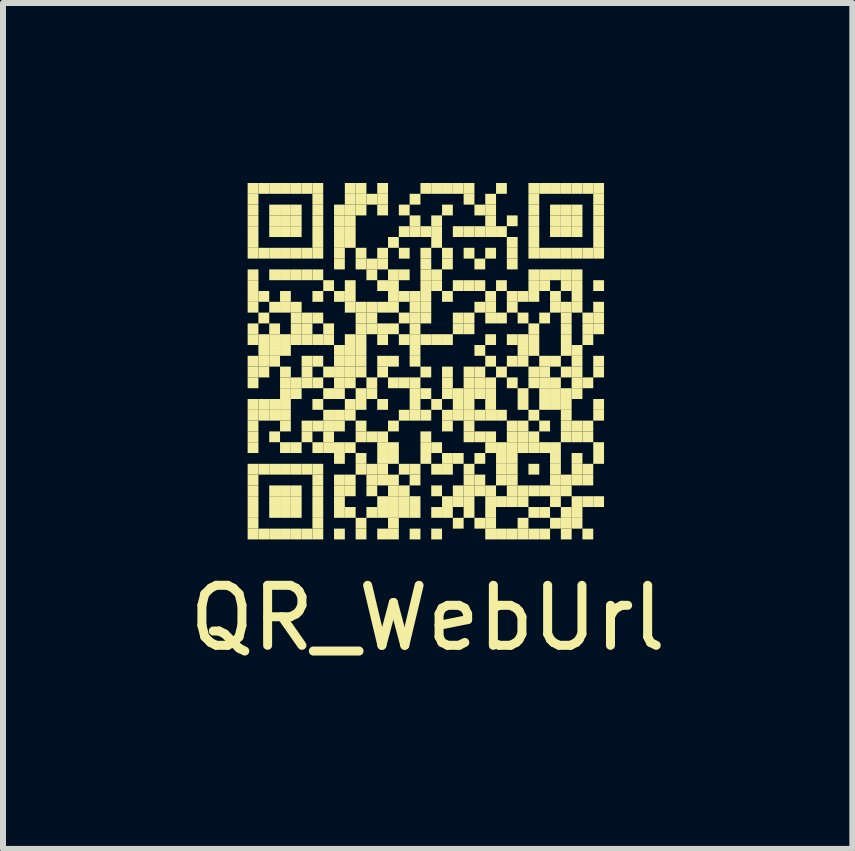
<source format=kicad_pcb>
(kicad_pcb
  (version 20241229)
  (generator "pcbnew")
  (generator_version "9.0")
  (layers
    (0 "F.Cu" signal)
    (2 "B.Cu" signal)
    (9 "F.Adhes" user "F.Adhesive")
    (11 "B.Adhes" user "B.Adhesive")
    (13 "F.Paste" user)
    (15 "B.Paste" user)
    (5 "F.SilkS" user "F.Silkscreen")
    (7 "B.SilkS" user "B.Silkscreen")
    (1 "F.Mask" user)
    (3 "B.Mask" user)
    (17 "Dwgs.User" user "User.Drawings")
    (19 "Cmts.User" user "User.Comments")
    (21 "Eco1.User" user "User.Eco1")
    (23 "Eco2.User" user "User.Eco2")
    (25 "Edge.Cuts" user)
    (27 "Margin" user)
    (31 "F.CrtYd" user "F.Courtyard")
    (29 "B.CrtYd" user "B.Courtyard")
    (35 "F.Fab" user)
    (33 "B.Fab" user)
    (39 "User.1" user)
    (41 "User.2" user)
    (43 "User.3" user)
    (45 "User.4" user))
  (footprint "QR_WebUrl"
    (layer "F.Cu")
    (at 4.077 3)
    (property "Reference" "QR_WebUrl" (at 0 4.25 0) (layer "F.SilkS") (effects (font (size 1 1) (thickness 0.15))))
    (attr exclude_from_pos_files exclude_from_bom)
    (fp_poly (pts (xy -3 -3) (xy -3 -2.82) (xy -2.82 -2.82) (xy -2.82 -3)) (stroke (width 0) (type solid)) (fill yes) (layer "F.SilkS"))
    (fp_poly (pts (xy -3 -2.82) (xy -3 -2.64) (xy -2.82 -2.64) (xy -2.82 -2.82)) (stroke (width 0) (type solid)) (fill yes) (layer "F.SilkS"))
    (fp_poly (pts (xy -3 -2.64) (xy -3 -2.46) (xy -2.82 -2.46) (xy -2.82 -2.64)) (stroke (width 0) (type solid)) (fill yes) (layer "F.SilkS"))
    (fp_poly (pts (xy -3 -2.46) (xy -3 -2.28) (xy -2.82 -2.28) (xy -2.82 -2.46)) (stroke (width 0) (type solid)) (fill yes) (layer "F.SilkS"))
    (fp_poly (pts (xy -3 -2.28) (xy -3 -2.1) (xy -2.82 -2.1) (xy -2.82 -2.28)) (stroke (width 0) (type solid)) (fill yes) (layer "F.SilkS"))
    (fp_poly (pts (xy -3 -2.1) (xy -3 -1.92) (xy -2.82 -1.92) (xy -2.82 -2.1)) (stroke (width 0) (type solid)) (fill yes) (layer "F.SilkS"))
    (fp_poly (pts (xy -3 -1.92) (xy -3 -1.74) (xy -2.82 -1.74) (xy -2.82 -1.92)) (stroke (width 0) (type solid)) (fill yes) (layer "F.SilkS"))
    (fp_poly (pts (xy -3 -1.56) (xy -3 -1.38) (xy -2.82 -1.38) (xy -2.82 -1.56)) (stroke (width 0) (type solid)) (fill yes) (layer "F.SilkS"))
    (fp_poly (pts (xy -3 -1.38) (xy -3 -1.2) (xy -2.82 -1.2) (xy -2.82 -1.38)) (stroke (width 0) (type solid)) (fill yes) (layer "F.SilkS"))
    (fp_poly (pts (xy -3 -1.2) (xy -3 -1.02) (xy -2.82 -1.02) (xy -2.82 -1.2)) (stroke (width 0) (type solid)) (fill yes) (layer "F.SilkS"))
    (fp_poly (pts (xy -3 -1.02) (xy -3 -0.84) (xy -2.82 -0.84) (xy -2.82 -1.02)) (stroke (width 0) (type solid)) (fill yes) (layer "F.SilkS"))
    (fp_poly (pts (xy -3 -0.66) (xy -3 -0.48) (xy -2.82 -0.48) (xy -2.82 -0.66)) (stroke (width 0) (type solid)) (fill yes) (layer "F.SilkS"))
    (fp_poly (pts (xy -3 -0.48) (xy -3 -0.3) (xy -2.82 -0.3) (xy -2.82 -0.48)) (stroke (width 0) (type solid)) (fill yes) (layer "F.SilkS"))
    (fp_poly (pts (xy -3 -0.12) (xy -3 0.06) (xy -2.82 0.06) (xy -2.82 -0.12)) (stroke (width 0) (type solid)) (fill yes) (layer "F.SilkS"))
    (fp_poly (pts (xy -3 0.06) (xy -3 0.24) (xy -2.82 0.24) (xy -2.82 0.06)) (stroke (width 0) (type solid)) (fill yes) (layer "F.SilkS"))
    (fp_poly (pts (xy -3 0.24) (xy -3 0.42) (xy -2.82 0.42) (xy -2.82 0.24)) (stroke (width 0) (type solid)) (fill yes) (layer "F.SilkS"))
    (fp_poly (pts (xy -3 0.6) (xy -3 0.78) (xy -2.82 0.78) (xy -2.82 0.6)) (stroke (width 0) (type solid)) (fill yes) (layer "F.SilkS"))
    (fp_poly (pts (xy -3 0.78) (xy -3 0.96) (xy -2.82 0.96) (xy -2.82 0.78)) (stroke (width 0) (type solid)) (fill yes) (layer "F.SilkS"))
    (fp_poly (pts (xy -3 0.96) (xy -3 1.14) (xy -2.82 1.14) (xy -2.82 0.96)) (stroke (width 0) (type solid)) (fill yes) (layer "F.SilkS"))
    (fp_poly (pts (xy -3 1.14) (xy -3 1.32) (xy -2.82 1.32) (xy -2.82 1.14)) (stroke (width 0) (type solid)) (fill yes) (layer "F.SilkS"))
    (fp_poly (pts (xy -3 1.32) (xy -3 1.5) (xy -2.82 1.5) (xy -2.82 1.32)) (stroke (width 0) (type solid)) (fill yes) (layer "F.SilkS"))
    (fp_poly (pts (xy -3 1.68) (xy -3 1.86) (xy -2.82 1.86) (xy -2.82 1.68)) (stroke (width 0) (type solid)) (fill yes) (layer "F.SilkS"))
    (fp_poly (pts (xy -3 1.86) (xy -3 2.04) (xy -2.82 2.04) (xy -2.82 1.86)) (stroke (width 0) (type solid)) (fill yes) (layer "F.SilkS"))
    (fp_poly (pts (xy -3 2.04) (xy -3 2.22) (xy -2.82 2.22) (xy -2.82 2.04)) (stroke (width 0) (type solid)) (fill yes) (layer "F.SilkS"))
    (fp_poly (pts (xy -3 2.22) (xy -3 2.4) (xy -2.82 2.4) (xy -2.82 2.22)) (stroke (width 0) (type solid)) (fill yes) (layer "F.SilkS"))
    (fp_poly (pts (xy -3 2.4) (xy -3 2.58) (xy -2.82 2.58) (xy -2.82 2.4)) (stroke (width 0) (type solid)) (fill yes) (layer "F.SilkS"))
    (fp_poly (pts (xy -3 2.58) (xy -3 2.76) (xy -2.82 2.76) (xy -2.82 2.58)) (stroke (width 0) (type solid)) (fill yes) (layer "F.SilkS"))
    (fp_poly (pts (xy -3 2.76) (xy -3 2.94) (xy -2.82 2.94) (xy -2.82 2.76)) (stroke (width 0) (type solid)) (fill yes) (layer "F.SilkS"))
    (fp_poly (pts (xy -2.82 -3) (xy -2.82 -2.82) (xy -2.64 -2.82) (xy -2.64 -3)) (stroke (width 0) (type solid)) (fill yes) (layer "F.SilkS"))
    (fp_poly (pts (xy -2.82 -1.92) (xy -2.82 -1.74) (xy -2.64 -1.74) (xy -2.64 -1.92)) (stroke (width 0) (type solid)) (fill yes) (layer "F.SilkS"))
    (fp_poly (pts (xy -2.82 -1.2) (xy -2.82 -1.02) (xy -2.64 -1.02) (xy -2.64 -1.2)) (stroke (width 0) (type solid)) (fill yes) (layer "F.SilkS"))
    (fp_poly (pts (xy -2.82 -0.84) (xy -2.82 -0.66) (xy -2.64 -0.66) (xy -2.64 -0.84)) (stroke (width 0) (type solid)) (fill yes) (layer "F.SilkS"))
    (fp_poly (pts (xy -2.82 -0.48) (xy -2.82 -0.3) (xy -2.64 -0.3) (xy -2.64 -0.48)) (stroke (width 0) (type solid)) (fill yes) (layer "F.SilkS"))
    (fp_poly (pts (xy -2.82 -0.3) (xy -2.82 -0.12) (xy -2.64 -0.12) (xy -2.64 -0.3)) (stroke (width 0) (type solid)) (fill yes) (layer "F.SilkS"))
    (fp_poly (pts (xy -2.82 -0.12) (xy -2.82 0.06) (xy -2.64 0.06) (xy -2.64 -0.12)) (stroke (width 0) (type solid)) (fill yes) (layer "F.SilkS"))
    (fp_poly (pts (xy -2.82 0.06) (xy -2.82 0.24) (xy -2.64 0.24) (xy -2.64 0.06)) (stroke (width 0) (type solid)) (fill yes) (layer "F.SilkS"))
    (fp_poly (pts (xy -2.82 0.6) (xy -2.82 0.78) (xy -2.64 0.78) (xy -2.64 0.6)) (stroke (width 0) (type solid)) (fill yes) (layer "F.SilkS"))
    (fp_poly (pts (xy -2.82 0.78) (xy -2.82 0.96) (xy -2.64 0.96) (xy -2.64 0.78)) (stroke (width 0) (type solid)) (fill yes) (layer "F.SilkS"))
    (fp_poly (pts (xy -2.82 1.68) (xy -2.82 1.86) (xy -2.64 1.86) (xy -2.64 1.68)) (stroke (width 0) (type solid)) (fill yes) (layer "F.SilkS"))
    (fp_poly (pts (xy -2.82 2.76) (xy -2.82 2.94) (xy -2.64 2.94) (xy -2.64 2.76)) (stroke (width 0) (type solid)) (fill yes) (layer "F.SilkS"))
    (fp_poly (pts (xy -2.64 -3) (xy -2.64 -2.82) (xy -2.46 -2.82) (xy -2.46 -3)) (stroke (width 0) (type solid)) (fill yes) (layer "F.SilkS"))
    (fp_poly (pts (xy -2.64 -2.64) (xy -2.64 -2.46) (xy -2.46 -2.46) (xy -2.46 -2.64)) (stroke (width 0) (type solid)) (fill yes) (layer "F.SilkS"))
    (fp_poly (pts (xy -2.64 -2.46) (xy -2.64 -2.28) (xy -2.46 -2.28) (xy -2.46 -2.46)) (stroke (width 0) (type solid)) (fill yes) (layer "F.SilkS"))
    (fp_poly (pts (xy -2.64 -2.28) (xy -2.64 -2.1) (xy -2.46 -2.1) (xy -2.46 -2.28)) (stroke (width 0) (type solid)) (fill yes) (layer "F.SilkS"))
    (fp_poly (pts (xy -2.64 -1.92) (xy -2.64 -1.74) (xy -2.46 -1.74) (xy -2.46 -1.92)) (stroke (width 0) (type solid)) (fill yes) (layer "F.SilkS"))
    (fp_poly (pts (xy -2.64 -1.56) (xy -2.64 -1.38) (xy -2.46 -1.38) (xy -2.46 -1.56)) (stroke (width 0) (type solid)) (fill yes) (layer "F.SilkS"))
    (fp_poly (pts (xy -2.64 -1.02) (xy -2.64 -0.84) (xy -2.46 -0.84) (xy -2.46 -1.02)) (stroke (width 0) (type solid)) (fill yes) (layer "F.SilkS"))
    (fp_poly (pts (xy -2.64 -0.66) (xy -2.64 -0.48) (xy -2.46 -0.48) (xy -2.46 -0.66)) (stroke (width 0) (type solid)) (fill yes) (layer "F.SilkS"))
    (fp_poly (pts (xy -2.64 -0.48) (xy -2.64 -0.3) (xy -2.46 -0.3) (xy -2.46 -0.48)) (stroke (width 0) (type solid)) (fill yes) (layer "F.SilkS"))
    (fp_poly (pts (xy -2.64 -0.3) (xy -2.64 -0.12) (xy -2.46 -0.12) (xy -2.46 -0.3)) (stroke (width 0) (type solid)) (fill yes) (layer "F.SilkS"))
    (fp_poly (pts (xy -2.64 -0.12) (xy -2.64 0.06) (xy -2.46 0.06) (xy -2.46 -0.12)) (stroke (width 0) (type solid)) (fill yes) (layer "F.SilkS"))
    (fp_poly (pts (xy -2.64 0.6) (xy -2.64 0.78) (xy -2.46 0.78) (xy -2.46 0.6)) (stroke (width 0) (type solid)) (fill yes) (layer "F.SilkS"))
    (fp_poly (pts (xy -2.64 0.78) (xy -2.64 0.96) (xy -2.46 0.96) (xy -2.46 0.78)) (stroke (width 0) (type solid)) (fill yes) (layer "F.SilkS"))
    (fp_poly (pts (xy -2.64 1.14) (xy -2.64 1.32) (xy -2.46 1.32) (xy -2.46 1.14)) (stroke (width 0) (type solid)) (fill yes) (layer "F.SilkS"))
    (fp_poly (pts (xy -2.64 1.68) (xy -2.64 1.86) (xy -2.46 1.86) (xy -2.46 1.68)) (stroke (width 0) (type solid)) (fill yes) (layer "F.SilkS"))
    (fp_poly (pts (xy -2.64 2.04) (xy -2.64 2.22) (xy -2.46 2.22) (xy -2.46 2.04)) (stroke (width 0) (type solid)) (fill yes) (layer "F.SilkS"))
    (fp_poly (pts (xy -2.64 2.22) (xy -2.64 2.4) (xy -2.46 2.4) (xy -2.46 2.22)) (stroke (width 0) (type solid)) (fill yes) (layer "F.SilkS"))
    (fp_poly (pts (xy -2.64 2.4) (xy -2.64 2.58) (xy -2.46 2.58) (xy -2.46 2.4)) (stroke (width 0) (type solid)) (fill yes) (layer "F.SilkS"))
    (fp_poly (pts (xy -2.64 2.76) (xy -2.64 2.94) (xy -2.46 2.94) (xy -2.46 2.76)) (stroke (width 0) (type solid)) (fill yes) (layer "F.SilkS"))
    (fp_poly (pts (xy -2.46 -3) (xy -2.46 -2.82) (xy -2.28 -2.82) (xy -2.28 -3)) (stroke (width 0) (type solid)) (fill yes) (layer "F.SilkS"))
    (fp_poly (pts (xy -2.46 -2.64) (xy -2.46 -2.46) (xy -2.28 -2.46) (xy -2.28 -2.64)) (stroke (width 0) (type solid)) (fill yes) (layer "F.SilkS"))
    (fp_poly (pts (xy -2.46 -2.46) (xy -2.46 -2.28) (xy -2.28 -2.28) (xy -2.28 -2.46)) (stroke (width 0) (type solid)) (fill yes) (layer "F.SilkS"))
    (fp_poly (pts (xy -2.46 -2.28) (xy -2.46 -2.1) (xy -2.28 -2.1) (xy -2.28 -2.28)) (stroke (width 0) (type solid)) (fill yes) (layer "F.SilkS"))
    (fp_poly (pts (xy -2.46 -1.92) (xy -2.46 -1.74) (xy -2.28 -1.74) (xy -2.28 -1.92)) (stroke (width 0) (type solid)) (fill yes) (layer "F.SilkS"))
    (fp_poly (pts (xy -2.46 -1.56) (xy -2.46 -1.38) (xy -2.28 -1.38) (xy -2.28 -1.56)) (stroke (width 0) (type solid)) (fill yes) (layer "F.SilkS"))
    (fp_poly (pts (xy -2.46 -1.2) (xy -2.46 -1.02) (xy -2.28 -1.02) (xy -2.28 -1.2)) (stroke (width 0) (type solid)) (fill yes) (layer "F.SilkS"))
    (fp_poly (pts (xy -2.46 -1.02) (xy -2.46 -0.84) (xy -2.28 -0.84) (xy -2.28 -1.02)) (stroke (width 0) (type solid)) (fill yes) (layer "F.SilkS"))
    (fp_poly (pts (xy -2.46 -0.48) (xy -2.46 -0.3) (xy -2.28 -0.3) (xy -2.28 -0.48)) (stroke (width 0) (type solid)) (fill yes) (layer "F.SilkS"))
    (fp_poly (pts (xy -2.46 -0.3) (xy -2.46 -0.12) (xy -2.28 -0.12) (xy -2.28 -0.3)) (stroke (width 0) (type solid)) (fill yes) (layer "F.SilkS"))
    (fp_poly (pts (xy -2.46 0.06) (xy -2.46 0.24) (xy -2.28 0.24) (xy -2.28 0.06)) (stroke (width 0) (type solid)) (fill yes) (layer "F.SilkS"))
    (fp_poly (pts (xy -2.46 0.24) (xy -2.46 0.42) (xy -2.28 0.42) (xy -2.28 0.24)) (stroke (width 0) (type solid)) (fill yes) (layer "F.SilkS"))
    (fp_poly (pts (xy -2.46 0.42) (xy -2.46 0.6) (xy -2.28 0.6) (xy -2.28 0.42)) (stroke (width 0) (type solid)) (fill yes) (layer "F.SilkS"))
    (fp_poly (pts (xy -2.46 0.6) (xy -2.46 0.78) (xy -2.28 0.78) (xy -2.28 0.6)) (stroke (width 0) (type solid)) (fill yes) (layer "F.SilkS"))
    (fp_poly (pts (xy -2.46 0.78) (xy -2.46 0.96) (xy -2.28 0.96) (xy -2.28 0.78)) (stroke (width 0) (type solid)) (fill yes) (layer "F.SilkS"))
    (fp_poly (pts (xy -2.46 0.96) (xy -2.46 1.14) (xy -2.28 1.14) (xy -2.28 0.96)) (stroke (width 0) (type solid)) (fill yes) (layer "F.SilkS"))
    (fp_poly (pts (xy -2.46 1.32) (xy -2.46 1.5) (xy -2.28 1.5) (xy -2.28 1.32)) (stroke (width 0) (type solid)) (fill yes) (layer "F.SilkS"))
    (fp_poly (pts (xy -2.46 1.68) (xy -2.46 1.86) (xy -2.28 1.86) (xy -2.28 1.68)) (stroke (width 0) (type solid)) (fill yes) (layer "F.SilkS"))
    (fp_poly (pts (xy -2.46 2.04) (xy -2.46 2.22) (xy -2.28 2.22) (xy -2.28 2.04)) (stroke (width 0) (type solid)) (fill yes) (layer "F.SilkS"))
    (fp_poly (pts (xy -2.46 2.22) (xy -2.46 2.4) (xy -2.28 2.4) (xy -2.28 2.22)) (stroke (width 0) (type solid)) (fill yes) (layer "F.SilkS"))
    (fp_poly (pts (xy -2.46 2.4) (xy -2.46 2.58) (xy -2.28 2.58) (xy -2.28 2.4)) (stroke (width 0) (type solid)) (fill yes) (layer "F.SilkS"))
    (fp_poly (pts (xy -2.46 2.76) (xy -2.46 2.94) (xy -2.28 2.94) (xy -2.28 2.76)) (stroke (width 0) (type solid)) (fill yes) (layer "F.SilkS"))
    (fp_poly (pts (xy -2.28 -3) (xy -2.28 -2.82) (xy -2.1 -2.82) (xy -2.1 -3)) (stroke (width 0) (type solid)) (fill yes) (layer "F.SilkS"))
    (fp_poly (pts (xy -2.28 -2.64) (xy -2.28 -2.46) (xy -2.1 -2.46) (xy -2.1 -2.64)) (stroke (width 0) (type solid)) (fill yes) (layer "F.SilkS"))
    (fp_poly (pts (xy -2.28 -2.46) (xy -2.28 -2.28) (xy -2.1 -2.28) (xy -2.1 -2.46)) (stroke (width 0) (type solid)) (fill yes) (layer "F.SilkS"))
    (fp_poly (pts (xy -2.28 -2.28) (xy -2.28 -2.1) (xy -2.1 -2.1) (xy -2.1 -2.28)) (stroke (width 0) (type solid)) (fill yes) (layer "F.SilkS"))
    (fp_poly (pts (xy -2.28 -1.92) (xy -2.28 -1.74) (xy -2.1 -1.74) (xy -2.1 -1.92)) (stroke (width 0) (type solid)) (fill yes) (layer "F.SilkS"))
    (fp_poly (pts (xy -2.28 -1.56) (xy -2.28 -1.38) (xy -2.1 -1.38) (xy -2.1 -1.56)) (stroke (width 0) (type solid)) (fill yes) (layer "F.SilkS"))
    (fp_poly (pts (xy -2.28 -1.02) (xy -2.28 -0.84) (xy -2.1 -0.84) (xy -2.1 -1.02)) (stroke (width 0) (type solid)) (fill yes) (layer "F.SilkS"))
    (fp_poly (pts (xy -2.28 -0.84) (xy -2.28 -0.66) (xy -2.1 -0.66) (xy -2.1 -0.84)) (stroke (width 0) (type solid)) (fill yes) (layer "F.SilkS"))
    (fp_poly (pts (xy -2.28 -0.66) (xy -2.28 -0.48) (xy -2.1 -0.48) (xy -2.1 -0.66)) (stroke (width 0) (type solid)) (fill yes) (layer "F.SilkS"))
    (fp_poly (pts (xy -2.28 -0.48) (xy -2.28 -0.3) (xy -2.1 -0.3) (xy -2.1 -0.48)) (stroke (width 0) (type solid)) (fill yes) (layer "F.SilkS"))
    (fp_poly (pts (xy -2.28 0.24) (xy -2.28 0.42) (xy -2.1 0.42) (xy -2.1 0.24)) (stroke (width 0) (type solid)) (fill yes) (layer "F.SilkS"))
    (fp_poly (pts (xy -2.28 0.42) (xy -2.28 0.6) (xy -2.1 0.6) (xy -2.1 0.42)) (stroke (width 0) (type solid)) (fill yes) (layer "F.SilkS"))
    (fp_poly (pts (xy -2.28 1.32) (xy -2.28 1.5) (xy -2.1 1.5) (xy -2.1 1.32)) (stroke (width 0) (type solid)) (fill yes) (layer "F.SilkS"))
    (fp_poly (pts (xy -2.28 1.68) (xy -2.28 1.86) (xy -2.1 1.86) (xy -2.1 1.68)) (stroke (width 0) (type solid)) (fill yes) (layer "F.SilkS"))
    (fp_poly (pts (xy -2.28 2.04) (xy -2.28 2.22) (xy -2.1 2.22) (xy -2.1 2.04)) (stroke (width 0) (type solid)) (fill yes) (layer "F.SilkS"))
    (fp_poly (pts (xy -2.28 2.22) (xy -2.28 2.4) (xy -2.1 2.4) (xy -2.1 2.22)) (stroke (width 0) (type solid)) (fill yes) (layer "F.SilkS"))
    (fp_poly (pts (xy -2.28 2.4) (xy -2.28 2.58) (xy -2.1 2.58) (xy -2.1 2.4)) (stroke (width 0) (type solid)) (fill yes) (layer "F.SilkS"))
    (fp_poly (pts (xy -2.28 2.76) (xy -2.28 2.94) (xy -2.1 2.94) (xy -2.1 2.76)) (stroke (width 0) (type solid)) (fill yes) (layer "F.SilkS"))
    (fp_poly (pts (xy -2.1 -3) (xy -2.1 -2.82) (xy -1.92 -2.82) (xy -1.92 -3)) (stroke (width 0) (type solid)) (fill yes) (layer "F.SilkS"))
    (fp_poly (pts (xy -2.1 -1.92) (xy -2.1 -1.74) (xy -1.92 -1.74) (xy -1.92 -1.92)) (stroke (width 0) (type solid)) (fill yes) (layer "F.SilkS"))
    (fp_poly (pts (xy -2.1 -1.56) (xy -2.1 -1.38) (xy -1.92 -1.38) (xy -1.92 -1.56)) (stroke (width 0) (type solid)) (fill yes) (layer "F.SilkS"))
    (fp_poly (pts (xy -2.1 -0.84) (xy -2.1 -0.66) (xy -1.92 -0.66) (xy -1.92 -0.84)) (stroke (width 0) (type solid)) (fill yes) (layer "F.SilkS"))
    (fp_poly (pts (xy -2.1 -0.66) (xy -2.1 -0.48) (xy -1.92 -0.48) (xy -1.92 -0.66)) (stroke (width 0) (type solid)) (fill yes) (layer "F.SilkS"))
    (fp_poly (pts (xy -2.1 -0.48) (xy -2.1 -0.3) (xy -1.92 -0.3) (xy -1.92 -0.48)) (stroke (width 0) (type solid)) (fill yes) (layer "F.SilkS"))
    (fp_poly (pts (xy -2.1 -0.12) (xy -2.1 0.06) (xy -1.92 0.06) (xy -1.92 -0.12)) (stroke (width 0) (type solid)) (fill yes) (layer "F.SilkS"))
    (fp_poly (pts (xy -2.1 0.06) (xy -2.1 0.24) (xy -1.92 0.24) (xy -1.92 0.06)) (stroke (width 0) (type solid)) (fill yes) (layer "F.SilkS"))
    (fp_poly (pts (xy -2.1 0.24) (xy -2.1 0.42) (xy -1.92 0.42) (xy -1.92 0.24)) (stroke (width 0) (type solid)) (fill yes) (layer "F.SilkS"))
    (fp_poly (pts (xy -2.1 0.96) (xy -2.1 1.14) (xy -1.92 1.14) (xy -1.92 0.96)) (stroke (width 0) (type solid)) (fill yes) (layer "F.SilkS"))
    (fp_poly (pts (xy -2.1 1.14) (xy -2.1 1.32) (xy -1.92 1.32) (xy -1.92 1.14)) (stroke (width 0) (type solid)) (fill yes) (layer "F.SilkS"))
    (fp_poly (pts (xy -2.1 1.68) (xy -2.1 1.86) (xy -1.92 1.86) (xy -1.92 1.68)) (stroke (width 0) (type solid)) (fill yes) (layer "F.SilkS"))
    (fp_poly (pts (xy -2.1 2.76) (xy -2.1 2.94) (xy -1.92 2.94) (xy -1.92 2.76)) (stroke (width 0) (type solid)) (fill yes) (layer "F.SilkS"))
    (fp_poly (pts (xy -1.92 -3) (xy -1.92 -2.82) (xy -1.74 -2.82) (xy -1.74 -3)) (stroke (width 0) (type solid)) (fill yes) (layer "F.SilkS"))
    (fp_poly (pts (xy -1.92 -2.82) (xy -1.92 -2.64) (xy -1.74 -2.64) (xy -1.74 -2.82)) (stroke (width 0) (type solid)) (fill yes) (layer "F.SilkS"))
    (fp_poly (pts (xy -1.92 -2.64) (xy -1.92 -2.46) (xy -1.74 -2.46) (xy -1.74 -2.64)) (stroke (width 0) (type solid)) (fill yes) (layer "F.SilkS"))
    (fp_poly (pts (xy -1.92 -2.46) (xy -1.92 -2.28) (xy -1.74 -2.28) (xy -1.74 -2.46)) (stroke (width 0) (type solid)) (fill yes) (layer "F.SilkS"))
    (fp_poly (pts (xy -1.92 -2.28) (xy -1.92 -2.1) (xy -1.74 -2.1) (xy -1.74 -2.28)) (stroke (width 0) (type solid)) (fill yes) (layer "F.SilkS"))
    (fp_poly (pts (xy -1.92 -2.1) (xy -1.92 -1.92) (xy -1.74 -1.92) (xy -1.74 -2.1)) (stroke (width 0) (type solid)) (fill yes) (layer "F.SilkS"))
    (fp_poly (pts (xy -1.92 -1.92) (xy -1.92 -1.74) (xy -1.74 -1.74) (xy -1.74 -1.92)) (stroke (width 0) (type solid)) (fill yes) (layer "F.SilkS"))
    (fp_poly (pts (xy -1.92 -1.56) (xy -1.92 -1.38) (xy -1.74 -1.38) (xy -1.74 -1.56)) (stroke (width 0) (type solid)) (fill yes) (layer "F.SilkS"))
    (fp_poly (pts (xy -1.92 -1.2) (xy -1.92 -1.02) (xy -1.74 -1.02) (xy -1.74 -1.2)) (stroke (width 0) (type solid)) (fill yes) (layer "F.SilkS"))
    (fp_poly (pts (xy -1.92 -0.84) (xy -1.92 -0.66) (xy -1.74 -0.66) (xy -1.74 -0.84)) (stroke (width 0) (type solid)) (fill yes) (layer "F.SilkS"))
    (fp_poly (pts (xy -1.92 -0.48) (xy -1.92 -0.3) (xy -1.74 -0.3) (xy -1.74 -0.48)) (stroke (width 0) (type solid)) (fill yes) (layer "F.SilkS"))
    (fp_poly (pts (xy -1.92 -0.12) (xy -1.92 0.06) (xy -1.74 0.06) (xy -1.74 -0.12)) (stroke (width 0) (type solid)) (fill yes) (layer "F.SilkS"))
    (fp_poly (pts (xy -1.92 0.24) (xy -1.92 0.42) (xy -1.74 0.42) (xy -1.74 0.24)) (stroke (width 0) (type solid)) (fill yes) (layer "F.SilkS"))
    (fp_poly (pts (xy -1.92 0.6) (xy -1.92 0.78) (xy -1.74 0.78) (xy -1.74 0.6)) (stroke (width 0) (type solid)) (fill yes) (layer "F.SilkS"))
    (fp_poly (pts (xy -1.92 0.96) (xy -1.92 1.14) (xy -1.74 1.14) (xy -1.74 0.96)) (stroke (width 0) (type solid)) (fill yes) (layer "F.SilkS"))
    (fp_poly (pts (xy -1.92 1.32) (xy -1.92 1.5) (xy -1.74 1.5) (xy -1.74 1.32)) (stroke (width 0) (type solid)) (fill yes) (layer "F.SilkS"))
    (fp_poly (pts (xy -1.92 1.68) (xy -1.92 1.86) (xy -1.74 1.86) (xy -1.74 1.68)) (stroke (width 0) (type solid)) (fill yes) (layer "F.SilkS"))
    (fp_poly (pts (xy -1.92 1.86) (xy -1.92 2.04) (xy -1.74 2.04) (xy -1.74 1.86)) (stroke (width 0) (type solid)) (fill yes) (layer "F.SilkS"))
    (fp_poly (pts (xy -1.92 2.04) (xy -1.92 2.22) (xy -1.74 2.22) (xy -1.74 2.04)) (stroke (width 0) (type solid)) (fill yes) (layer "F.SilkS"))
    (fp_poly (pts (xy -1.92 2.22) (xy -1.92 2.4) (xy -1.74 2.4) (xy -1.74 2.22)) (stroke (width 0) (type solid)) (fill yes) (layer "F.SilkS"))
    (fp_poly (pts (xy -1.92 2.4) (xy -1.92 2.58) (xy -1.74 2.58) (xy -1.74 2.4)) (stroke (width 0) (type solid)) (fill yes) (layer "F.SilkS"))
    (fp_poly (pts (xy -1.92 2.58) (xy -1.92 2.76) (xy -1.74 2.76) (xy -1.74 2.58)) (stroke (width 0) (type solid)) (fill yes) (layer "F.SilkS"))
    (fp_poly (pts (xy -1.92 2.76) (xy -1.92 2.94) (xy -1.74 2.94) (xy -1.74 2.76)) (stroke (width 0) (type solid)) (fill yes) (layer "F.SilkS"))
    (fp_poly (pts (xy -1.74 -1.38) (xy -1.74 -1.2) (xy -1.56 -1.2) (xy -1.56 -1.38)) (stroke (width 0) (type solid)) (fill yes) (layer "F.SilkS"))
    (fp_poly (pts (xy -1.74 -0.66) (xy -1.74 -0.48) (xy -1.56 -0.48) (xy -1.56 -0.66)) (stroke (width 0) (type solid)) (fill yes) (layer "F.SilkS"))
    (fp_poly (pts (xy -1.74 -0.48) (xy -1.74 -0.3) (xy -1.56 -0.3) (xy -1.56 -0.48)) (stroke (width 0) (type solid)) (fill yes) (layer "F.SilkS"))
    (fp_poly (pts (xy -1.74 0.06) (xy -1.74 0.24) (xy -1.56 0.24) (xy -1.56 0.06)) (stroke (width 0) (type solid)) (fill yes) (layer "F.SilkS"))
    (fp_poly (pts (xy -1.74 0.42) (xy -1.74 0.6) (xy -1.56 0.6) (xy -1.56 0.42)) (stroke (width 0) (type solid)) (fill yes) (layer "F.SilkS"))
    (fp_poly (pts (xy -1.74 0.78) (xy -1.74 0.96) (xy -1.56 0.96) (xy -1.56 0.78)) (stroke (width 0) (type solid)) (fill yes) (layer "F.SilkS"))
    (fp_poly (pts (xy -1.74 0.96) (xy -1.74 1.14) (xy -1.56 1.14) (xy -1.56 0.96)) (stroke (width 0) (type solid)) (fill yes) (layer "F.SilkS"))
    (fp_poly (pts (xy -1.74 1.14) (xy -1.74 1.32) (xy -1.56 1.32) (xy -1.56 1.14)) (stroke (width 0) (type solid)) (fill yes) (layer "F.SilkS"))
    (fp_poly (pts (xy -1.74 1.32) (xy -1.74 1.5) (xy -1.56 1.5) (xy -1.56 1.32)) (stroke (width 0) (type solid)) (fill yes) (layer "F.SilkS"))
    (fp_poly (pts (xy -1.56 -2.64) (xy -1.56 -2.46) (xy -1.38 -2.46) (xy -1.38 -2.64)) (stroke (width 0) (type solid)) (fill yes) (layer "F.SilkS"))
    (fp_poly (pts (xy -1.56 -2.46) (xy -1.56 -2.28) (xy -1.38 -2.28) (xy -1.38 -2.46)) (stroke (width 0) (type solid)) (fill yes) (layer "F.SilkS"))
    (fp_poly (pts (xy -1.56 -2.28) (xy -1.56 -2.1) (xy -1.38 -2.1) (xy -1.38 -2.28)) (stroke (width 0) (type solid)) (fill yes) (layer "F.SilkS"))
    (fp_poly (pts (xy -1.56 -2.1) (xy -1.56 -1.92) (xy -1.38 -1.92) (xy -1.38 -2.1)) (stroke (width 0) (type solid)) (fill yes) (layer "F.SilkS"))
    (fp_poly (pts (xy -1.56 -1.92) (xy -1.56 -1.74) (xy -1.38 -1.74) (xy -1.38 -1.92)) (stroke (width 0) (type solid)) (fill yes) (layer "F.SilkS"))
    (fp_poly (pts (xy -1.56 -1.74) (xy -1.56 -1.56) (xy -1.38 -1.56) (xy -1.38 -1.74)) (stroke (width 0) (type solid)) (fill yes) (layer "F.SilkS"))
    (fp_poly (pts (xy -1.56 -1.2) (xy -1.56 -1.02) (xy -1.38 -1.02) (xy -1.38 -1.2)) (stroke (width 0) (type solid)) (fill yes) (layer "F.SilkS"))
    (fp_poly (pts (xy -1.56 -0.3) (xy -1.56 -0.12) (xy -1.38 -0.12) (xy -1.38 -0.3)) (stroke (width 0) (type solid)) (fill yes) (layer "F.SilkS"))
    (fp_poly (pts (xy -1.56 -0.12) (xy -1.56 0.06) (xy -1.38 0.06) (xy -1.38 -0.12)) (stroke (width 0) (type solid)) (fill yes) (layer "F.SilkS"))
    (fp_poly (pts (xy -1.56 0.06) (xy -1.56 0.24) (xy -1.38 0.24) (xy -1.38 0.06)) (stroke (width 0) (type solid)) (fill yes) (layer "F.SilkS"))
    (fp_poly (pts (xy -1.56 0.24) (xy -1.56 0.42) (xy -1.38 0.42) (xy -1.38 0.24)) (stroke (width 0) (type solid)) (fill yes) (layer "F.SilkS"))
    (fp_poly (pts (xy -1.56 0.42) (xy -1.56 0.6) (xy -1.38 0.6) (xy -1.38 0.42)) (stroke (width 0) (type solid)) (fill yes) (layer "F.SilkS"))
    (fp_poly (pts (xy -1.56 0.78) (xy -1.56 0.96) (xy -1.38 0.96) (xy -1.38 0.78)) (stroke (width 0) (type solid)) (fill yes) (layer "F.SilkS"))
    (fp_poly (pts (xy -1.56 0.96) (xy -1.56 1.14) (xy -1.38 1.14) (xy -1.38 0.96)) (stroke (width 0) (type solid)) (fill yes) (layer "F.SilkS"))
    (fp_poly (pts (xy -1.56 1.32) (xy -1.56 1.5) (xy -1.38 1.5) (xy -1.38 1.32)) (stroke (width 0) (type solid)) (fill yes) (layer "F.SilkS"))
    (fp_poly (pts (xy -1.56 1.5) (xy -1.56 1.68) (xy -1.38 1.68) (xy -1.38 1.5)) (stroke (width 0) (type solid)) (fill yes) (layer "F.SilkS"))
    (fp_poly (pts (xy -1.56 1.86) (xy -1.56 2.04) (xy -1.38 2.04) (xy -1.38 1.86)) (stroke (width 0) (type solid)) (fill yes) (layer "F.SilkS"))
    (fp_poly (pts (xy -1.56 2.04) (xy -1.56 2.22) (xy -1.38 2.22) (xy -1.38 2.04)) (stroke (width 0) (type solid)) (fill yes) (layer "F.SilkS"))
    (fp_poly (pts (xy -1.56 2.22) (xy -1.56 2.4) (xy -1.38 2.4) (xy -1.38 2.22)) (stroke (width 0) (type solid)) (fill yes) (layer "F.SilkS"))
    (fp_poly (pts (xy -1.56 2.4) (xy -1.56 2.58) (xy -1.38 2.58) (xy -1.38 2.4)) (stroke (width 0) (type solid)) (fill yes) (layer "F.SilkS"))
    (fp_poly (pts (xy -1.56 2.76) (xy -1.56 2.94) (xy -1.38 2.94) (xy -1.38 2.76)) (stroke (width 0) (type solid)) (fill yes) (layer "F.SilkS"))
    (fp_poly (pts (xy -1.38 -3) (xy -1.38 -2.82) (xy -1.2 -2.82) (xy -1.2 -3)) (stroke (width 0) (type solid)) (fill yes) (layer "F.SilkS"))
    (fp_poly (pts (xy -1.38 -2.82) (xy -1.38 -2.64) (xy -1.2 -2.64) (xy -1.2 -2.82)) (stroke (width 0) (type solid)) (fill yes) (layer "F.SilkS"))
    (fp_poly (pts (xy -1.38 -2.64) (xy -1.38 -2.46) (xy -1.2 -2.46) (xy -1.2 -2.64)) (stroke (width 0) (type solid)) (fill yes) (layer "F.SilkS"))
    (fp_poly (pts (xy -1.38 -2.46) (xy -1.38 -2.28) (xy -1.2 -2.28) (xy -1.2 -2.46)) (stroke (width 0) (type solid)) (fill yes) (layer "F.SilkS"))
    (fp_poly (pts (xy -1.38 -2.28) (xy -1.38 -2.1) (xy -1.2 -2.1) (xy -1.2 -2.28)) (stroke (width 0) (type solid)) (fill yes) (layer "F.SilkS"))
    (fp_poly (pts (xy -1.38 -2.1) (xy -1.38 -1.92) (xy -1.2 -1.92) (xy -1.2 -2.1)) (stroke (width 0) (type solid)) (fill yes) (layer "F.SilkS"))
    (fp_poly (pts (xy -1.38 -1.38) (xy -1.38 -1.2) (xy -1.2 -1.2) (xy -1.2 -1.38)) (stroke (width 0) (type solid)) (fill yes) (layer "F.SilkS"))
    (fp_poly (pts (xy -1.38 -1.2) (xy -1.38 -1.02) (xy -1.2 -1.02) (xy -1.2 -1.2)) (stroke (width 0) (type solid)) (fill yes) (layer "F.SilkS"))
    (fp_poly (pts (xy -1.38 -1.02) (xy -1.38 -0.84) (xy -1.2 -0.84) (xy -1.2 -1.02)) (stroke (width 0) (type solid)) (fill yes) (layer "F.SilkS"))
    (fp_poly (pts (xy -1.38 -0.48) (xy -1.38 -0.3) (xy -1.2 -0.3) (xy -1.2 -0.48)) (stroke (width 0) (type solid)) (fill yes) (layer "F.SilkS"))
    (fp_poly (pts (xy -1.38 -0.3) (xy -1.38 -0.12) (xy -1.2 -0.12) (xy -1.2 -0.3)) (stroke (width 0) (type solid)) (fill yes) (layer "F.SilkS"))
    (fp_poly (pts (xy -1.38 -0.12) (xy -1.38 0.06) (xy -1.2 0.06) (xy -1.2 -0.12)) (stroke (width 0) (type solid)) (fill yes) (layer "F.SilkS"))
    (fp_poly (pts (xy -1.38 0.06) (xy -1.38 0.24) (xy -1.2 0.24) (xy -1.2 0.06)) (stroke (width 0) (type solid)) (fill yes) (layer "F.SilkS"))
    (fp_poly (pts (xy -1.38 0.24) (xy -1.38 0.42) (xy -1.2 0.42) (xy -1.2 0.24)) (stroke (width 0) (type solid)) (fill yes) (layer "F.SilkS"))
    (fp_poly (pts (xy -1.38 0.6) (xy -1.38 0.78) (xy -1.2 0.78) (xy -1.2 0.6)) (stroke (width 0) (type solid)) (fill yes) (layer "F.SilkS"))
    (fp_poly (pts (xy -1.38 0.78) (xy -1.38 0.96) (xy -1.2 0.96) (xy -1.2 0.78)) (stroke (width 0) (type solid)) (fill yes) (layer "F.SilkS"))
    (fp_poly (pts (xy -1.38 1.32) (xy -1.38 1.5) (xy -1.2 1.5) (xy -1.2 1.32)) (stroke (width 0) (type solid)) (fill yes) (layer "F.SilkS"))
    (fp_poly (pts (xy -1.38 1.86) (xy -1.38 2.04) (xy -1.2 2.04) (xy -1.2 1.86)) (stroke (width 0) (type solid)) (fill yes) (layer "F.SilkS"))
    (fp_poly (pts (xy -1.38 2.04) (xy -1.38 2.22) (xy -1.2 2.22) (xy -1.2 2.04)) (stroke (width 0) (type solid)) (fill yes) (layer "F.SilkS"))
    (fp_poly (pts (xy -1.38 2.4) (xy -1.38 2.58) (xy -1.2 2.58) (xy -1.2 2.4)) (stroke (width 0) (type solid)) (fill yes) (layer "F.SilkS"))
    (fp_poly (pts (xy -1.2 -3) (xy -1.2 -2.82) (xy -1.02 -2.82) (xy -1.02 -3)) (stroke (width 0) (type solid)) (fill yes) (layer "F.SilkS"))
    (fp_poly (pts (xy -1.2 -2.82) (xy -1.2 -2.64) (xy -1.02 -2.64) (xy -1.02 -2.82)) (stroke (width 0) (type solid)) (fill yes) (layer "F.SilkS"))
    (fp_poly (pts (xy -1.2 -2.64) (xy -1.2 -2.46) (xy -1.02 -2.46) (xy -1.02 -2.64)) (stroke (width 0) (type solid)) (fill yes) (layer "F.SilkS"))
    (fp_poly (pts (xy -1.2 -1.92) (xy -1.2 -1.74) (xy -1.02 -1.74) (xy -1.02 -1.92)) (stroke (width 0) (type solid)) (fill yes) (layer "F.SilkS"))
    (fp_poly (pts (xy -1.2 -1.74) (xy -1.2 -1.56) (xy -1.02 -1.56) (xy -1.02 -1.74)) (stroke (width 0) (type solid)) (fill yes) (layer "F.SilkS"))
    (fp_poly (pts (xy -1.2 -1.02) (xy -1.2 -0.84) (xy -1.02 -0.84) (xy -1.02 -1.02)) (stroke (width 0) (type solid)) (fill yes) (layer "F.SilkS"))
    (fp_poly (pts (xy -1.2 -0.84) (xy -1.2 -0.66) (xy -1.02 -0.66) (xy -1.02 -0.84)) (stroke (width 0) (type solid)) (fill yes) (layer "F.SilkS"))
    (fp_poly (pts (xy -1.2 -0.66) (xy -1.2 -0.48) (xy -1.02 -0.48) (xy -1.02 -0.66)) (stroke (width 0) (type solid)) (fill yes) (layer "F.SilkS"))
    (fp_poly (pts (xy -1.2 -0.48) (xy -1.2 -0.3) (xy -1.02 -0.3) (xy -1.02 -0.48)) (stroke (width 0) (type solid)) (fill yes) (layer "F.SilkS"))
    (fp_poly (pts (xy -1.2 -0.3) (xy -1.2 -0.12) (xy -1.02 -0.12) (xy -1.02 -0.3)) (stroke (width 0) (type solid)) (fill yes) (layer "F.SilkS"))
    (fp_poly (pts (xy -1.2 -0.12) (xy -1.2 0.06) (xy -1.02 0.06) (xy -1.02 -0.12)) (stroke (width 0) (type solid)) (fill yes) (layer "F.SilkS"))
    (fp_poly (pts (xy -1.2 0.06) (xy -1.2 0.24) (xy -1.02 0.24) (xy -1.02 0.06)) (stroke (width 0) (type solid)) (fill yes) (layer "F.SilkS"))
    (fp_poly (pts (xy -1.2 0.42) (xy -1.2 0.6) (xy -1.02 0.6) (xy -1.02 0.42)) (stroke (width 0) (type solid)) (fill yes) (layer "F.SilkS"))
    (fp_poly (pts (xy -1.2 0.6) (xy -1.2 0.78) (xy -1.02 0.78) (xy -1.02 0.6)) (stroke (width 0) (type solid)) (fill yes) (layer "F.SilkS"))
    (fp_poly (pts (xy -1.2 0.96) (xy -1.2 1.14) (xy -1.02 1.14) (xy -1.02 0.96)) (stroke (width 0) (type solid)) (fill yes) (layer "F.SilkS"))
    (fp_poly (pts (xy -1.2 1.14) (xy -1.2 1.32) (xy -1.02 1.32) (xy -1.02 1.14)) (stroke (width 0) (type solid)) (fill yes) (layer "F.SilkS"))
    (fp_poly (pts (xy -1.2 1.5) (xy -1.2 1.68) (xy -1.02 1.68) (xy -1.02 1.5)) (stroke (width 0) (type solid)) (fill yes) (layer "F.SilkS"))
    (fp_poly (pts (xy -1.2 1.68) (xy -1.2 1.86) (xy -1.02 1.86) (xy -1.02 1.68)) (stroke (width 0) (type solid)) (fill yes) (layer "F.SilkS"))
    (fp_poly (pts (xy -1.2 2.58) (xy -1.2 2.76) (xy -1.02 2.76) (xy -1.02 2.58)) (stroke (width 0) (type solid)) (fill yes) (layer "F.SilkS"))
    (fp_poly (pts (xy -1.2 2.76) (xy -1.2 2.94) (xy -1.02 2.94) (xy -1.02 2.76)) (stroke (width 0) (type solid)) (fill yes) (layer "F.SilkS"))
    (fp_poly (pts (xy -1.02 -2.82) (xy -1.02 -2.64) (xy -0.84 -2.64) (xy -0.84 -2.82)) (stroke (width 0) (type solid)) (fill yes) (layer "F.SilkS"))
    (fp_poly (pts (xy -1.02 -1.74) (xy -1.02 -1.56) (xy -0.84 -1.56) (xy -0.84 -1.74)) (stroke (width 0) (type solid)) (fill yes) (layer "F.SilkS"))
    (fp_poly (pts (xy -1.02 -1.56) (xy -1.02 -1.38) (xy -0.84 -1.38) (xy -0.84 -1.56)) (stroke (width 0) (type solid)) (fill yes) (layer "F.SilkS"))
    (fp_poly (pts (xy -1.02 -1.02) (xy -1.02 -0.84) (xy -0.84 -0.84) (xy -0.84 -1.02)) (stroke (width 0) (type solid)) (fill yes) (layer "F.SilkS"))
    (fp_poly (pts (xy -1.02 -0.84) (xy -1.02 -0.66) (xy -0.84 -0.66) (xy -0.84 -0.84)) (stroke (width 0) (type solid)) (fill yes) (layer "F.SilkS"))
    (fp_poly (pts (xy -1.02 -0.66) (xy -1.02 -0.48) (xy -0.84 -0.48) (xy -0.84 -0.66)) (stroke (width 0) (type solid)) (fill yes) (layer "F.SilkS"))
    (fp_poly (pts (xy -1.02 0.24) (xy -1.02 0.42) (xy -0.84 0.42) (xy -0.84 0.24)) (stroke (width 0) (type solid)) (fill yes) (layer "F.SilkS"))
    (fp_poly (pts (xy -1.02 0.42) (xy -1.02 0.6) (xy -0.84 0.6) (xy -0.84 0.42)) (stroke (width 0) (type solid)) (fill yes) (layer "F.SilkS"))
    (fp_poly (pts (xy -1.02 1.14) (xy -1.02 1.32) (xy -0.84 1.32) (xy -0.84 1.14)) (stroke (width 0) (type solid)) (fill yes) (layer "F.SilkS"))
    (fp_poly (pts (xy -1.02 1.68) (xy -1.02 1.86) (xy -0.84 1.86) (xy -0.84 1.68)) (stroke (width 0) (type solid)) (fill yes) (layer "F.SilkS"))
    (fp_poly (pts (xy -1.02 1.86) (xy -1.02 2.04) (xy -0.84 2.04) (xy -0.84 1.86)) (stroke (width 0) (type solid)) (fill yes) (layer "F.SilkS"))
    (fp_poly (pts (xy -1.02 2.04) (xy -1.02 2.22) (xy -0.84 2.22) (xy -0.84 2.04)) (stroke (width 0) (type solid)) (fill yes) (layer "F.SilkS"))
    (fp_poly (pts (xy -1.02 2.4) (xy -1.02 2.58) (xy -0.84 2.58) (xy -0.84 2.4)) (stroke (width 0) (type solid)) (fill yes) (layer "F.SilkS"))
    (fp_poly (pts (xy -0.84 -3) (xy -0.84 -2.82) (xy -0.66 -2.82) (xy -0.66 -3)) (stroke (width 0) (type solid)) (fill yes) (layer "F.SilkS"))
    (fp_poly (pts (xy -0.84 -2.82) (xy -0.84 -2.64) (xy -0.66 -2.64) (xy -0.66 -2.82)) (stroke (width 0) (type solid)) (fill yes) (layer "F.SilkS"))
    (fp_poly (pts (xy -0.84 -2.64) (xy -0.84 -2.46) (xy -0.66 -2.46) (xy -0.66 -2.64)) (stroke (width 0) (type solid)) (fill yes) (layer "F.SilkS"))
    (fp_poly (pts (xy -0.84 -1.92) (xy -0.84 -1.74) (xy -0.66 -1.74) (xy -0.66 -1.92)) (stroke (width 0) (type solid)) (fill yes) (layer "F.SilkS"))
    (fp_poly (pts (xy -0.84 -1.74) (xy -0.84 -1.56) (xy -0.66 -1.56) (xy -0.66 -1.74)) (stroke (width 0) (type solid)) (fill yes) (layer "F.SilkS"))
    (fp_poly (pts (xy -0.84 -1.38) (xy -0.84 -1.2) (xy -0.66 -1.2) (xy -0.66 -1.38)) (stroke (width 0) (type solid)) (fill yes) (layer "F.SilkS"))
    (fp_poly (pts (xy -0.84 -1.02) (xy -0.84 -0.84) (xy -0.66 -0.84) (xy -0.66 -1.02)) (stroke (width 0) (type solid)) (fill yes) (layer "F.SilkS"))
    (fp_poly (pts (xy -0.84 -0.66) (xy -0.84 -0.48) (xy -0.66 -0.48) (xy -0.66 -0.66)) (stroke (width 0) (type solid)) (fill yes) (layer "F.SilkS"))
    (fp_poly (pts (xy -0.84 -0.48) (xy -0.84 -0.3) (xy -0.66 -0.3) (xy -0.66 -0.48)) (stroke (width 0) (type solid)) (fill yes) (layer "F.SilkS"))
    (fp_poly (pts (xy -0.84 -0.12) (xy -0.84 0.06) (xy -0.66 0.06) (xy -0.66 -0.12)) (stroke (width 0) (type solid)) (fill yes) (layer "F.SilkS"))
    (fp_poly (pts (xy -0.84 0.06) (xy -0.84 0.24) (xy -0.66 0.24) (xy -0.66 0.06)) (stroke (width 0) (type solid)) (fill yes) (layer "F.SilkS"))
    (fp_poly (pts (xy -0.84 0.6) (xy -0.84 0.78) (xy -0.66 0.78) (xy -0.66 0.6)) (stroke (width 0) (type solid)) (fill yes) (layer "F.SilkS"))
    (fp_poly (pts (xy -0.84 1.14) (xy -0.84 1.32) (xy -0.66 1.32) (xy -0.66 1.14)) (stroke (width 0) (type solid)) (fill yes) (layer "F.SilkS"))
    (fp_poly (pts (xy -0.84 1.32) (xy -0.84 1.5) (xy -0.66 1.5) (xy -0.66 1.32)) (stroke (width 0) (type solid)) (fill yes) (layer "F.SilkS"))
    (fp_poly (pts (xy -0.84 1.5) (xy -0.84 1.68) (xy -0.66 1.68) (xy -0.66 1.5)) (stroke (width 0) (type solid)) (fill yes) (layer "F.SilkS"))
    (fp_poly (pts (xy -0.84 1.68) (xy -0.84 1.86) (xy -0.66 1.86) (xy -0.66 1.68)) (stroke (width 0) (type solid)) (fill yes) (layer "F.SilkS"))
    (fp_poly (pts (xy -0.84 1.86) (xy -0.84 2.04) (xy -0.66 2.04) (xy -0.66 1.86)) (stroke (width 0) (type solid)) (fill yes) (layer "F.SilkS"))
    (fp_poly (pts (xy -0.84 2.22) (xy -0.84 2.4) (xy -0.66 2.4) (xy -0.66 2.22)) (stroke (width 0) (type solid)) (fill yes) (layer "F.SilkS"))
    (fp_poly (pts (xy -0.84 2.4) (xy -0.84 2.58) (xy -0.66 2.58) (xy -0.66 2.4)) (stroke (width 0) (type solid)) (fill yes) (layer "F.SilkS"))
    (fp_poly (pts (xy -0.84 2.76) (xy -0.84 2.94) (xy -0.66 2.94) (xy -0.66 2.76)) (stroke (width 0) (type solid)) (fill yes) (layer "F.SilkS"))
    (fp_poly (pts (xy -0.66 -2.1) (xy -0.66 -1.92) (xy -0.48 -1.92) (xy -0.48 -2.1)) (stroke (width 0) (type solid)) (fill yes) (layer "F.SilkS"))
    (fp_poly (pts (xy -0.66 -1.56) (xy -0.66 -1.38) (xy -0.48 -1.38) (xy -0.48 -1.56)) (stroke (width 0) (type solid)) (fill yes) (layer "F.SilkS"))
    (fp_poly (pts (xy -0.66 -1.38) (xy -0.66 -1.2) (xy -0.48 -1.2) (xy -0.48 -1.38)) (stroke (width 0) (type solid)) (fill yes) (layer "F.SilkS"))
    (fp_poly (pts (xy -0.66 -1.2) (xy -0.66 -1.02) (xy -0.48 -1.02) (xy -0.48 -1.2)) (stroke (width 0) (type solid)) (fill yes) (layer "F.SilkS"))
    (fp_poly (pts (xy -0.66 -1.02) (xy -0.66 -0.84) (xy -0.48 -0.84) (xy -0.48 -1.02)) (stroke (width 0) (type solid)) (fill yes) (layer "F.SilkS"))
    (fp_poly (pts (xy -0.66 -0.66) (xy -0.66 -0.48) (xy -0.48 -0.48) (xy -0.48 -0.66)) (stroke (width 0) (type solid)) (fill yes) (layer "F.SilkS"))
    (fp_poly (pts (xy -0.66 -0.12) (xy -0.66 0.06) (xy -0.48 0.06) (xy -0.48 -0.12)) (stroke (width 0) (type solid)) (fill yes) (layer "F.SilkS"))
    (fp_poly (pts (xy -0.66 0.24) (xy -0.66 0.42) (xy -0.48 0.42) (xy -0.48 0.24)) (stroke (width 0) (type solid)) (fill yes) (layer "F.SilkS"))
    (fp_poly (pts (xy -0.66 0.96) (xy -0.66 1.14) (xy -0.48 1.14) (xy -0.48 0.96)) (stroke (width 0) (type solid)) (fill yes) (layer "F.SilkS"))
    (fp_poly (pts (xy -0.66 1.32) (xy -0.66 1.5) (xy -0.48 1.5) (xy -0.48 1.32)) (stroke (width 0) (type solid)) (fill yes) (layer "F.SilkS"))
    (fp_poly (pts (xy -0.66 1.5) (xy -0.66 1.68) (xy -0.48 1.68) (xy -0.48 1.5)) (stroke (width 0) (type solid)) (fill yes) (layer "F.SilkS"))
    (fp_poly (pts (xy -0.66 1.86) (xy -0.66 2.04) (xy -0.48 2.04) (xy -0.48 1.86)) (stroke (width 0) (type solid)) (fill yes) (layer "F.SilkS"))
    (fp_poly (pts (xy -0.66 2.04) (xy -0.66 2.22) (xy -0.48 2.22) (xy -0.48 2.04)) (stroke (width 0) (type solid)) (fill yes) (layer "F.SilkS"))
    (fp_poly (pts (xy -0.66 2.22) (xy -0.66 2.4) (xy -0.48 2.4) (xy -0.48 2.22)) (stroke (width 0) (type solid)) (fill yes) (layer "F.SilkS"))
    (fp_poly (pts (xy -0.66 2.4) (xy -0.66 2.58) (xy -0.48 2.58) (xy -0.48 2.4)) (stroke (width 0) (type solid)) (fill yes) (layer "F.SilkS"))
    (fp_poly (pts (xy -0.66 2.58) (xy -0.66 2.76) (xy -0.48 2.76) (xy -0.48 2.58)) (stroke (width 0) (type solid)) (fill yes) (layer "F.SilkS"))
    (fp_poly (pts (xy -0.66 2.76) (xy -0.66 2.94) (xy -0.48 2.94) (xy -0.48 2.76)) (stroke (width 0) (type solid)) (fill yes) (layer "F.SilkS"))
    (fp_poly (pts (xy -0.48 -2.64) (xy -0.48 -2.46) (xy -0.3 -2.46) (xy -0.3 -2.64)) (stroke (width 0) (type solid)) (fill yes) (layer "F.SilkS"))
    (fp_poly (pts (xy -0.48 -2.28) (xy -0.48 -2.1) (xy -0.3 -2.1) (xy -0.3 -2.28)) (stroke (width 0) (type solid)) (fill yes) (layer "F.SilkS"))
    (fp_poly (pts (xy -0.48 -1.92) (xy -0.48 -1.74) (xy -0.3 -1.74) (xy -0.3 -1.92)) (stroke (width 0) (type solid)) (fill yes) (layer "F.SilkS"))
    (fp_poly (pts (xy -0.48 -1.56) (xy -0.48 -1.38) (xy -0.3 -1.38) (xy -0.3 -1.56)) (stroke (width 0) (type solid)) (fill yes) (layer "F.SilkS"))
    (fp_poly (pts (xy -0.48 -1.2) (xy -0.48 -1.02) (xy -0.3 -1.02) (xy -0.3 -1.2)) (stroke (width 0) (type solid)) (fill yes) (layer "F.SilkS"))
    (fp_poly (pts (xy -0.48 -0.84) (xy -0.48 -0.66) (xy -0.3 -0.66) (xy -0.3 -0.84)) (stroke (width 0) (type solid)) (fill yes) (layer "F.SilkS"))
    (fp_poly (pts (xy -0.48 -0.48) (xy -0.48 -0.3) (xy -0.3 -0.3) (xy -0.3 -0.48)) (stroke (width 0) (type solid)) (fill yes) (layer "F.SilkS"))
    (fp_poly (pts (xy -0.48 0.24) (xy -0.48 0.42) (xy -0.3 0.42) (xy -0.3 0.24)) (stroke (width 0) (type solid)) (fill yes) (layer "F.SilkS"))
    (fp_poly (pts (xy -0.48 0.78) (xy -0.48 0.96) (xy -0.3 0.96) (xy -0.3 0.78)) (stroke (width 0) (type solid)) (fill yes) (layer "F.SilkS"))
    (fp_poly (pts (xy -0.48 1.68) (xy -0.48 1.86) (xy -0.3 1.86) (xy -0.3 1.68)) (stroke (width 0) (type solid)) (fill yes) (layer "F.SilkS"))
    (fp_poly (pts (xy -0.48 2.04) (xy -0.48 2.22) (xy -0.3 2.22) (xy -0.3 2.04)) (stroke (width 0) (type solid)) (fill yes) (layer "F.SilkS"))
    (fp_poly (pts (xy -0.48 2.22) (xy -0.48 2.4) (xy -0.3 2.4) (xy -0.3 2.22)) (stroke (width 0) (type solid)) (fill yes) (layer "F.SilkS"))
    (fp_poly (pts (xy -0.48 2.4) (xy -0.48 2.58) (xy -0.3 2.58) (xy -0.3 2.4)) (stroke (width 0) (type solid)) (fill yes) (layer "F.SilkS"))
    (fp_poly (pts (xy -0.3 -2.82) (xy -0.3 -2.64) (xy -0.12 -2.64) (xy -0.12 -2.82)) (stroke (width 0) (type solid)) (fill yes) (layer "F.SilkS"))
    (fp_poly (pts (xy -0.3 -2.46) (xy -0.3 -2.28) (xy -0.12 -2.28) (xy -0.12 -2.46)) (stroke (width 0) (type solid)) (fill yes) (layer "F.SilkS"))
    (fp_poly (pts (xy -0.3 -2.28) (xy -0.3 -2.1) (xy -0.12 -2.1) (xy -0.12 -2.28)) (stroke (width 0) (type solid)) (fill yes) (layer "F.SilkS"))
    (fp_poly (pts (xy -0.3 -1.2) (xy -0.3 -1.02) (xy -0.12 -1.02) (xy -0.12 -1.2)) (stroke (width 0) (type solid)) (fill yes) (layer "F.SilkS"))
    (fp_poly (pts (xy -0.3 -1.02) (xy -0.3 -0.84) (xy -0.12 -0.84) (xy -0.12 -1.02)) (stroke (width 0) (type solid)) (fill yes) (layer "F.SilkS"))
    (fp_poly (pts (xy -0.3 -0.84) (xy -0.3 -0.66) (xy -0.12 -0.66) (xy -0.12 -0.84)) (stroke (width 0) (type solid)) (fill yes) (layer "F.SilkS"))
    (fp_poly (pts (xy -0.3 -0.66) (xy -0.3 -0.48) (xy -0.12 -0.48) (xy -0.12 -0.66)) (stroke (width 0) (type solid)) (fill yes) (layer "F.SilkS"))
    (fp_poly (pts (xy -0.3 -0.48) (xy -0.3 -0.3) (xy -0.12 -0.3) (xy -0.12 -0.48)) (stroke (width 0) (type solid)) (fill yes) (layer "F.SilkS"))
    (fp_poly (pts (xy -0.3 -0.3) (xy -0.3 -0.12) (xy -0.12 -0.12) (xy -0.12 -0.3)) (stroke (width 0) (type solid)) (fill yes) (layer "F.SilkS"))
    (fp_poly (pts (xy -0.3 -0.12) (xy -0.3 0.06) (xy -0.12 0.06) (xy -0.12 -0.12)) (stroke (width 0) (type solid)) (fill yes) (layer "F.SilkS"))
    (fp_poly (pts (xy -0.3 0.24) (xy -0.3 0.42) (xy -0.12 0.42) (xy -0.12 0.24)) (stroke (width 0) (type solid)) (fill yes) (layer "F.SilkS"))
    (fp_poly (pts (xy -0.3 0.42) (xy -0.3 0.6) (xy -0.12 0.6) (xy -0.12 0.42)) (stroke (width 0) (type solid)) (fill yes) (layer "F.SilkS"))
    (fp_poly (pts (xy -0.3 0.6) (xy -0.3 0.78) (xy -0.12 0.78) (xy -0.12 0.6)) (stroke (width 0) (type solid)) (fill yes) (layer "F.SilkS"))
    (fp_poly (pts (xy -0.3 0.78) (xy -0.3 0.96) (xy -0.12 0.96) (xy -0.12 0.78)) (stroke (width 0) (type solid)) (fill yes) (layer "F.SilkS"))
    (fp_poly (pts (xy -0.3 1.68) (xy -0.3 1.86) (xy -0.12 1.86) (xy -0.12 1.68)) (stroke (width 0) (type solid)) (fill yes) (layer "F.SilkS"))
    (fp_poly (pts (xy -0.3 1.86) (xy -0.3 2.04) (xy -0.12 2.04) (xy -0.12 1.86)) (stroke (width 0) (type solid)) (fill yes) (layer "F.SilkS"))
    (fp_poly (pts (xy -0.3 2.22) (xy -0.3 2.4) (xy -0.12 2.4) (xy -0.12 2.22)) (stroke (width 0) (type solid)) (fill yes) (layer "F.SilkS"))
    (fp_poly (pts (xy -0.3 2.4) (xy -0.3 2.58) (xy -0.12 2.58) (xy -0.12 2.4)) (stroke (width 0) (type solid)) (fill yes) (layer "F.SilkS"))
    (fp_poly (pts (xy -0.3 2.76) (xy -0.3 2.94) (xy -0.12 2.94) (xy -0.12 2.76)) (stroke (width 0) (type solid)) (fill yes) (layer "F.SilkS"))
    (fp_poly (pts (xy -0.12 -3) (xy -0.12 -2.82) (xy 0.06 -2.82) (xy 0.06 -3)) (stroke (width 0) (type solid)) (fill yes) (layer "F.SilkS"))
    (fp_poly (pts (xy -0.12 -2.28) (xy -0.12 -2.1) (xy 0.06 -2.1) (xy 0.06 -2.28)) (stroke (width 0) (type solid)) (fill yes) (layer "F.SilkS"))
    (fp_poly (pts (xy -0.12 -1.92) (xy -0.12 -1.74) (xy 0.06 -1.74) (xy 0.06 -1.92)) (stroke (width 0) (type solid)) (fill yes) (layer "F.SilkS"))
    (fp_poly (pts (xy -0.12 -1.74) (xy -0.12 -1.56) (xy 0.06 -1.56) (xy 0.06 -1.74)) (stroke (width 0) (type solid)) (fill yes) (layer "F.SilkS"))
    (fp_poly (pts (xy -0.12 -1.56) (xy -0.12 -1.38) (xy 0.06 -1.38) (xy 0.06 -1.56)) (stroke (width 0) (type solid)) (fill yes) (layer "F.SilkS"))
    (fp_poly (pts (xy -0.12 -1.38) (xy -0.12 -1.2) (xy 0.06 -1.2) (xy 0.06 -1.38)) (stroke (width 0) (type solid)) (fill yes) (layer "F.SilkS"))
    (fp_poly (pts (xy -0.12 -1.2) (xy -0.12 -1.02) (xy 0.06 -1.02) (xy 0.06 -1.2)) (stroke (width 0) (type solid)) (fill yes) (layer "F.SilkS"))
    (fp_poly (pts (xy -0.12 -1.02) (xy -0.12 -0.84) (xy 0.06 -0.84) (xy 0.06 -1.02)) (stroke (width 0) (type solid)) (fill yes) (layer "F.SilkS"))
    (fp_poly (pts (xy -0.12 -0.84) (xy -0.12 -0.66) (xy 0.06 -0.66) (xy 0.06 -0.84)) (stroke (width 0) (type solid)) (fill yes) (layer "F.SilkS"))
    (fp_poly (pts (xy -0.12 -0.48) (xy -0.12 -0.3) (xy 0.06 -0.3) (xy 0.06 -0.48)) (stroke (width 0) (type solid)) (fill yes) (layer "F.SilkS"))
    (fp_poly (pts (xy -0.12 0.06) (xy -0.12 0.24) (xy 0.06 0.24) (xy 0.06 0.06)) (stroke (width 0) (type solid)) (fill yes) (layer "F.SilkS"))
    (fp_poly (pts (xy -0.12 0.42) (xy -0.12 0.6) (xy 0.06 0.6) (xy 0.06 0.42)) (stroke (width 0) (type solid)) (fill yes) (layer "F.SilkS"))
    (fp_poly (pts (xy -0.12 0.78) (xy -0.12 0.96) (xy 0.06 0.96) (xy 0.06 0.78)) (stroke (width 0) (type solid)) (fill yes) (layer "F.SilkS"))
    (fp_poly (pts (xy -0.12 1.14) (xy -0.12 1.32) (xy 0.06 1.32) (xy 0.06 1.14)) (stroke (width 0) (type solid)) (fill yes) (layer "F.SilkS"))
    (fp_poly (pts (xy -0.12 1.32) (xy -0.12 1.5) (xy 0.06 1.5) (xy 0.06 1.32)) (stroke (width 0) (type solid)) (fill yes) (layer "F.SilkS"))
    (fp_poly (pts (xy -0.12 1.5) (xy -0.12 1.68) (xy 0.06 1.68) (xy 0.06 1.5)) (stroke (width 0) (type solid)) (fill yes) (layer "F.SilkS"))
    (fp_poly (pts (xy 0.06 -3) (xy 0.06 -2.82) (xy 0.24 -2.82) (xy 0.24 -3)) (stroke (width 0) (type solid)) (fill yes) (layer "F.SilkS"))
    (fp_poly (pts (xy 0.06 -2.46) (xy 0.06 -2.28) (xy 0.24 -2.28) (xy 0.24 -2.46)) (stroke (width 0) (type solid)) (fill yes) (layer "F.SilkS"))
    (fp_poly (pts (xy 0.06 -2.28) (xy 0.06 -2.1) (xy 0.24 -2.1) (xy 0.24 -2.28)) (stroke (width 0) (type solid)) (fill yes) (layer "F.SilkS"))
    (fp_poly (pts (xy 0.06 -2.1) (xy 0.06 -1.92) (xy 0.24 -1.92) (xy 0.24 -2.1)) (stroke (width 0) (type solid)) (fill yes) (layer "F.SilkS"))
    (fp_poly (pts (xy 0.06 -1.56) (xy 0.06 -1.38) (xy 0.24 -1.38) (xy 0.24 -1.56)) (stroke (width 0) (type solid)) (fill yes) (layer "F.SilkS"))
    (fp_poly (pts (xy 0.06 -1.38) (xy 0.06 -1.2) (xy 0.24 -1.2) (xy 0.24 -1.38)) (stroke (width 0) (type solid)) (fill yes) (layer "F.SilkS"))
    (fp_poly (pts (xy 0.06 -0.48) (xy 0.06 -0.3) (xy 0.24 -0.3) (xy 0.24 -0.48)) (stroke (width 0) (type solid)) (fill yes) (layer "F.SilkS"))
    (fp_poly (pts (xy 0.06 0.6) (xy 0.06 0.78) (xy 0.24 0.78) (xy 0.24 0.6)) (stroke (width 0) (type solid)) (fill yes) (layer "F.SilkS"))
    (fp_poly (pts (xy 0.06 1.32) (xy 0.06 1.5) (xy 0.24 1.5) (xy 0.24 1.32)) (stroke (width 0) (type solid)) (fill yes) (layer "F.SilkS"))
    (fp_poly (pts (xy 0.06 1.68) (xy 0.06 1.86) (xy 0.24 1.86) (xy 0.24 1.68)) (stroke (width 0) (type solid)) (fill yes) (layer "F.SilkS"))
    (fp_poly (pts (xy 0.06 2.04) (xy 0.06 2.22) (xy 0.24 2.22) (xy 0.24 2.04)) (stroke (width 0) (type solid)) (fill yes) (layer "F.SilkS"))
    (fp_poly (pts (xy 0.06 2.4) (xy 0.06 2.58) (xy 0.24 2.58) (xy 0.24 2.4)) (stroke (width 0) (type solid)) (fill yes) (layer "F.SilkS"))
    (fp_poly (pts (xy 0.06 2.76) (xy 0.06 2.94) (xy 0.24 2.94) (xy 0.24 2.76)) (stroke (width 0) (type solid)) (fill yes) (layer "F.SilkS"))
    (fp_poly (pts (xy 0.24 -3) (xy 0.24 -2.82) (xy 0.42 -2.82) (xy 0.42 -3)) (stroke (width 0) (type solid)) (fill yes) (layer "F.SilkS"))
    (fp_poly (pts (xy 0.24 -2.64) (xy 0.24 -2.46) (xy 0.42 -2.46) (xy 0.42 -2.64)) (stroke (width 0) (type solid)) (fill yes) (layer "F.SilkS"))
    (fp_poly (pts (xy 0.24 -1.92) (xy 0.24 -1.74) (xy 0.42 -1.74) (xy 0.42 -1.92)) (stroke (width 0) (type solid)) (fill yes) (layer "F.SilkS"))
    (fp_poly (pts (xy 0.24 -1.74) (xy 0.24 -1.56) (xy 0.42 -1.56) (xy 0.42 -1.74)) (stroke (width 0) (type solid)) (fill yes) (layer "F.SilkS"))
    (fp_poly (pts (xy 0.24 -1.2) (xy 0.24 -1.02) (xy 0.42 -1.02) (xy 0.42 -1.2)) (stroke (width 0) (type solid)) (fill yes) (layer "F.SilkS"))
    (fp_poly (pts (xy 0.24 -0.48) (xy 0.24 -0.3) (xy 0.42 -0.3) (xy 0.42 -0.48)) (stroke (width 0) (type solid)) (fill yes) (layer "F.SilkS"))
    (fp_poly (pts (xy 0.24 0.06) (xy 0.24 0.24) (xy 0.42 0.24) (xy 0.42 0.06)) (stroke (width 0) (type solid)) (fill yes) (layer "F.SilkS"))
    (fp_poly (pts (xy 0.24 0.24) (xy 0.24 0.42) (xy 0.42 0.42) (xy 0.42 0.24)) (stroke (width 0) (type solid)) (fill yes) (layer "F.SilkS"))
    (fp_poly (pts (xy 0.24 0.42) (xy 0.24 0.6) (xy 0.42 0.6) (xy 0.42 0.42)) (stroke (width 0) (type solid)) (fill yes) (layer "F.SilkS"))
    (fp_poly (pts (xy 0.24 0.78) (xy 0.24 0.96) (xy 0.42 0.96) (xy 0.42 0.78)) (stroke (width 0) (type solid)) (fill yes) (layer "F.SilkS"))
    (fp_poly (pts (xy 0.24 0.96) (xy 0.24 1.14) (xy 0.42 1.14) (xy 0.42 0.96)) (stroke (width 0) (type solid)) (fill yes) (layer "F.SilkS"))
    (fp_poly (pts (xy 0.24 1.5) (xy 0.24 1.68) (xy 0.42 1.68) (xy 0.42 1.5)) (stroke (width 0) (type solid)) (fill yes) (layer "F.SilkS"))
    (fp_poly (pts (xy 0.24 1.68) (xy 0.24 1.86) (xy 0.42 1.86) (xy 0.42 1.68)) (stroke (width 0) (type solid)) (fill yes) (layer "F.SilkS"))
    (fp_poly (pts (xy 0.24 2.22) (xy 0.24 2.4) (xy 0.42 2.4) (xy 0.42 2.22)) (stroke (width 0) (type solid)) (fill yes) (layer "F.SilkS"))
    (fp_poly (pts (xy 0.24 2.4) (xy 0.24 2.58) (xy 0.42 2.58) (xy 0.42 2.4)) (stroke (width 0) (type solid)) (fill yes) (layer "F.SilkS"))
    (fp_poly (pts (xy 0.42 -3) (xy 0.42 -2.82) (xy 0.6 -2.82) (xy 0.6 -3)) (stroke (width 0) (type solid)) (fill yes) (layer "F.SilkS"))
    (fp_poly (pts (xy 0.42 -2.28) (xy 0.42 -2.1) (xy 0.6 -2.1) (xy 0.6 -2.28)) (stroke (width 0) (type solid)) (fill yes) (layer "F.SilkS"))
    (fp_poly (pts (xy 0.42 -1.38) (xy 0.42 -1.2) (xy 0.6 -1.2) (xy 0.6 -1.38)) (stroke (width 0) (type solid)) (fill yes) (layer "F.SilkS"))
    (fp_poly (pts (xy 0.42 -0.84) (xy 0.42 -0.66) (xy 0.6 -0.66) (xy 0.6 -0.84)) (stroke (width 0) (type solid)) (fill yes) (layer "F.SilkS"))
    (fp_poly (pts (xy 0.42 -0.66) (xy 0.42 -0.48) (xy 0.6 -0.48) (xy 0.6 -0.66)) (stroke (width 0) (type solid)) (fill yes) (layer "F.SilkS"))
    (fp_poly (pts (xy 0.42 0.42) (xy 0.42 0.6) (xy 0.6 0.6) (xy 0.6 0.42)) (stroke (width 0) (type solid)) (fill yes) (layer "F.SilkS"))
    (fp_poly (pts (xy 0.42 0.6) (xy 0.42 0.78) (xy 0.6 0.78) (xy 0.6 0.6)) (stroke (width 0) (type solid)) (fill yes) (layer "F.SilkS"))
    (fp_poly (pts (xy 0.42 0.78) (xy 0.42 0.96) (xy 0.6 0.96) (xy 0.6 0.78)) (stroke (width 0) (type solid)) (fill yes) (layer "F.SilkS"))
    (fp_poly (pts (xy 0.42 1.5) (xy 0.42 1.68) (xy 0.6 1.68) (xy 0.6 1.5)) (stroke (width 0) (type solid)) (fill yes) (layer "F.SilkS"))
    (fp_poly (pts (xy 0.42 2.04) (xy 0.42 2.22) (xy 0.6 2.22) (xy 0.6 2.04)) (stroke (width 0) (type solid)) (fill yes) (layer "F.SilkS"))
    (fp_poly (pts (xy 0.42 2.22) (xy 0.42 2.4) (xy 0.6 2.4) (xy 0.6 2.22)) (stroke (width 0) (type solid)) (fill yes) (layer "F.SilkS"))
    (fp_poly (pts (xy 0.42 2.58) (xy 0.42 2.76) (xy 0.6 2.76) (xy 0.6 2.58)) (stroke (width 0) (type solid)) (fill yes) (layer "F.SilkS"))
    (fp_poly (pts (xy 0.6 -3) (xy 0.6 -2.82) (xy 0.78 -2.82) (xy 0.78 -3)) (stroke (width 0) (type solid)) (fill yes) (layer "F.SilkS"))
    (fp_poly (pts (xy 0.6 -2.82) (xy 0.6 -2.64) (xy 0.78 -2.64) (xy 0.78 -2.82)) (stroke (width 0) (type solid)) (fill yes) (layer "F.SilkS"))
    (fp_poly (pts (xy 0.6 -2.28) (xy 0.6 -2.1) (xy 0.78 -2.1) (xy 0.78 -2.28)) (stroke (width 0) (type solid)) (fill yes) (layer "F.SilkS"))
    (fp_poly (pts (xy 0.6 -1.92) (xy 0.6 -1.74) (xy 0.78 -1.74) (xy 0.78 -1.92)) (stroke (width 0) (type solid)) (fill yes) (layer "F.SilkS"))
    (fp_poly (pts (xy 0.6 -1.38) (xy 0.6 -1.2) (xy 0.78 -1.2) (xy 0.78 -1.38)) (stroke (width 0) (type solid)) (fill yes) (layer "F.SilkS"))
    (fp_poly (pts (xy 0.6 -0.84) (xy 0.6 -0.66) (xy 0.78 -0.66) (xy 0.78 -0.84)) (stroke (width 0) (type solid)) (fill yes) (layer "F.SilkS"))
    (fp_poly (pts (xy 0.6 -0.66) (xy 0.6 -0.48) (xy 0.78 -0.48) (xy 0.78 -0.66)) (stroke (width 0) (type solid)) (fill yes) (layer "F.SilkS"))
    (fp_poly (pts (xy 0.6 0.06) (xy 0.6 0.24) (xy 0.78 0.24) (xy 0.78 0.06)) (stroke (width 0) (type solid)) (fill yes) (layer "F.SilkS"))
    (fp_poly (pts (xy 0.6 0.24) (xy 0.6 0.42) (xy 0.78 0.42) (xy 0.78 0.24)) (stroke (width 0) (type solid)) (fill yes) (layer "F.SilkS"))
    (fp_poly (pts (xy 0.6 0.42) (xy 0.6 0.6) (xy 0.78 0.6) (xy 0.78 0.42)) (stroke (width 0) (type solid)) (fill yes) (layer "F.SilkS"))
    (fp_poly (pts (xy 0.6 0.6) (xy 0.6 0.78) (xy 0.78 0.78) (xy 0.78 0.6)) (stroke (width 0) (type solid)) (fill yes) (layer "F.SilkS"))
    (fp_poly (pts (xy 0.6 0.78) (xy 0.6 0.96) (xy 0.78 0.96) (xy 0.78 0.78)) (stroke (width 0) (type solid)) (fill yes) (layer "F.SilkS"))
    (fp_poly (pts (xy 0.6 0.96) (xy 0.6 1.14) (xy 0.78 1.14) (xy 0.78 0.96)) (stroke (width 0) (type solid)) (fill yes) (layer "F.SilkS"))
    (fp_poly (pts (xy 0.6 1.14) (xy 0.6 1.32) (xy 0.78 1.32) (xy 0.78 1.14)) (stroke (width 0) (type solid)) (fill yes) (layer "F.SilkS"))
    (fp_poly (pts (xy 0.6 1.68) (xy 0.6 1.86) (xy 0.78 1.86) (xy 0.78 1.68)) (stroke (width 0) (type solid)) (fill yes) (layer "F.SilkS"))
    (fp_poly (pts (xy 0.6 1.86) (xy 0.6 2.04) (xy 0.78 2.04) (xy 0.78 1.86)) (stroke (width 0) (type solid)) (fill yes) (layer "F.SilkS"))
    (fp_poly (pts (xy 0.6 2.04) (xy 0.6 2.22) (xy 0.78 2.22) (xy 0.78 2.04)) (stroke (width 0) (type solid)) (fill yes) (layer "F.SilkS"))
    (fp_poly (pts (xy 0.6 2.22) (xy 0.6 2.4) (xy 0.78 2.4) (xy 0.78 2.22)) (stroke (width 0) (type solid)) (fill yes) (layer "F.SilkS"))
    (fp_poly (pts (xy 0.6 2.4) (xy 0.6 2.58) (xy 0.78 2.58) (xy 0.78 2.4)) (stroke (width 0) (type solid)) (fill yes) (layer "F.SilkS"))
    (fp_poly (pts (xy 0.78 -2.64) (xy 0.78 -2.46) (xy 0.96 -2.46) (xy 0.96 -2.64)) (stroke (width 0) (type solid)) (fill yes) (layer "F.SilkS"))
    (fp_poly (pts (xy 0.78 -2.28) (xy 0.78 -2.1) (xy 0.96 -2.1) (xy 0.96 -2.28)) (stroke (width 0) (type solid)) (fill yes) (layer "F.SilkS"))
    (fp_poly (pts (xy 0.78 -1.74) (xy 0.78 -1.56) (xy 0.96 -1.56) (xy 0.96 -1.74)) (stroke (width 0) (type solid)) (fill yes) (layer "F.SilkS"))
    (fp_poly (pts (xy 0.78 -1.38) (xy 0.78 -1.2) (xy 0.96 -1.2) (xy 0.96 -1.38)) (stroke (width 0) (type solid)) (fill yes) (layer "F.SilkS"))
    (fp_poly (pts (xy 0.78 -1.02) (xy 0.78 -0.84) (xy 0.96 -0.84) (xy 0.96 -1.02)) (stroke (width 0) (type solid)) (fill yes) (layer "F.SilkS"))
    (fp_poly (pts (xy 0.78 -0.3) (xy 0.78 -0.12) (xy 0.96 -0.12) (xy 0.96 -0.3)) (stroke (width 0) (type solid)) (fill yes) (layer "F.SilkS"))
    (fp_poly (pts (xy 0.78 0.06) (xy 0.78 0.24) (xy 0.96 0.24) (xy 0.96 0.06)) (stroke (width 0) (type solid)) (fill yes) (layer "F.SilkS"))
    (fp_poly (pts (xy 0.78 0.24) (xy 0.78 0.42) (xy 0.96 0.42) (xy 0.96 0.24)) (stroke (width 0) (type solid)) (fill yes) (layer "F.SilkS"))
    (fp_poly (pts (xy 0.78 0.42) (xy 0.78 0.6) (xy 0.96 0.6) (xy 0.96 0.42)) (stroke (width 0) (type solid)) (fill yes) (layer "F.SilkS"))
    (fp_poly (pts (xy 0.78 0.78) (xy 0.78 0.96) (xy 0.96 0.96) (xy 0.96 0.78)) (stroke (width 0) (type solid)) (fill yes) (layer "F.SilkS"))
    (fp_poly (pts (xy 0.78 1.14) (xy 0.78 1.32) (xy 0.96 1.32) (xy 0.96 1.14)) (stroke (width 0) (type solid)) (fill yes) (layer "F.SilkS"))
    (fp_poly (pts (xy 0.78 1.5) (xy 0.78 1.68) (xy 0.96 1.68) (xy 0.96 1.5)) (stroke (width 0) (type solid)) (fill yes) (layer "F.SilkS"))
    (fp_poly (pts (xy 0.78 1.86) (xy 0.78 2.04) (xy 0.96 2.04) (xy 0.96 1.86)) (stroke (width 0) (type solid)) (fill yes) (layer "F.SilkS"))
    (fp_poly (pts (xy 0.78 2.04) (xy 0.78 2.22) (xy 0.96 2.22) (xy 0.96 2.04)) (stroke (width 0) (type solid)) (fill yes) (layer "F.SilkS"))
    (fp_poly (pts (xy 0.78 2.58) (xy 0.78 2.76) (xy 0.96 2.76) (xy 0.96 2.58)) (stroke (width 0) (type solid)) (fill yes) (layer "F.SilkS"))
    (fp_poly (pts (xy 0.96 -2.82) (xy 0.96 -2.64) (xy 1.14 -2.64) (xy 1.14 -2.82)) (stroke (width 0) (type solid)) (fill yes) (layer "F.SilkS"))
    (fp_poly (pts (xy 0.96 -2.64) (xy 0.96 -2.46) (xy 1.14 -2.46) (xy 1.14 -2.64)) (stroke (width 0) (type solid)) (fill yes) (layer "F.SilkS"))
    (fp_poly (pts (xy 0.96 -2.46) (xy 0.96 -2.28) (xy 1.14 -2.28) (xy 1.14 -2.46)) (stroke (width 0) (type solid)) (fill yes) (layer "F.SilkS"))
    (fp_poly (pts (xy 0.96 -2.28) (xy 0.96 -2.1) (xy 1.14 -2.1) (xy 1.14 -2.28)) (stroke (width 0) (type solid)) (fill yes) (layer "F.SilkS"))
    (fp_poly (pts (xy 0.96 -1.92) (xy 0.96 -1.74) (xy 1.14 -1.74) (xy 1.14 -1.92)) (stroke (width 0) (type solid)) (fill yes) (layer "F.SilkS"))
    (fp_poly (pts (xy 0.96 -1.2) (xy 0.96 -1.02) (xy 1.14 -1.02) (xy 1.14 -1.2)) (stroke (width 0) (type solid)) (fill yes) (layer "F.SilkS"))
    (fp_poly (pts (xy 0.96 -1.02) (xy 0.96 -0.84) (xy 1.14 -0.84) (xy 1.14 -1.02)) (stroke (width 0) (type solid)) (fill yes) (layer "F.SilkS"))
    (fp_poly (pts (xy 0.96 -0.84) (xy 0.96 -0.66) (xy 1.14 -0.66) (xy 1.14 -0.84)) (stroke (width 0) (type solid)) (fill yes) (layer "F.SilkS"))
    (fp_poly (pts (xy 0.96 -0.48) (xy 0.96 -0.3) (xy 1.14 -0.3) (xy 1.14 -0.48)) (stroke (width 0) (type solid)) (fill yes) (layer "F.SilkS"))
    (fp_poly (pts (xy 0.96 -0.12) (xy 0.96 0.06) (xy 1.14 0.06) (xy 1.14 -0.12)) (stroke (width 0) (type solid)) (fill yes) (layer "F.SilkS"))
    (fp_poly (pts (xy 0.96 0.24) (xy 0.96 0.42) (xy 1.14 0.42) (xy 1.14 0.24)) (stroke (width 0) (type solid)) (fill yes) (layer "F.SilkS"))
    (fp_poly (pts (xy 0.96 0.42) (xy 0.96 0.6) (xy 1.14 0.6) (xy 1.14 0.42)) (stroke (width 0) (type solid)) (fill yes) (layer "F.SilkS"))
    (fp_poly (pts (xy 0.96 0.6) (xy 0.96 0.78) (xy 1.14 0.78) (xy 1.14 0.6)) (stroke (width 0) (type solid)) (fill yes) (layer "F.SilkS"))
    (fp_poly (pts (xy 0.96 0.78) (xy 0.96 0.96) (xy 1.14 0.96) (xy 1.14 0.78)) (stroke (width 0) (type solid)) (fill yes) (layer "F.SilkS"))
    (fp_poly (pts (xy 0.96 1.14) (xy 0.96 1.32) (xy 1.14 1.32) (xy 1.14 1.14)) (stroke (width 0) (type solid)) (fill yes) (layer "F.SilkS"))
    (fp_poly (pts (xy 0.96 1.32) (xy 0.96 1.5) (xy 1.14 1.5) (xy 1.14 1.32)) (stroke (width 0) (type solid)) (fill yes) (layer "F.SilkS"))
    (fp_poly (pts (xy 0.96 2.04) (xy 0.96 2.22) (xy 1.14 2.22) (xy 1.14 2.04)) (stroke (width 0) (type solid)) (fill yes) (layer "F.SilkS"))
    (fp_poly (pts (xy 0.96 2.22) (xy 0.96 2.4) (xy 1.14 2.4) (xy 1.14 2.22)) (stroke (width 0) (type solid)) (fill yes) (layer "F.SilkS"))
    (fp_poly (pts (xy 0.96 2.4) (xy 0.96 2.58) (xy 1.14 2.58) (xy 1.14 2.4)) (stroke (width 0) (type solid)) (fill yes) (layer "F.SilkS"))
    (fp_poly (pts (xy 0.96 2.58) (xy 0.96 2.76) (xy 1.14 2.76) (xy 1.14 2.58)) (stroke (width 0) (type solid)) (fill yes) (layer "F.SilkS"))
    (fp_poly (pts (xy 0.96 2.76) (xy 0.96 2.94) (xy 1.14 2.94) (xy 1.14 2.76)) (stroke (width 0) (type solid)) (fill yes) (layer "F.SilkS"))
    (fp_poly (pts (xy 1.14 -3) (xy 1.14 -2.82) (xy 1.32 -2.82) (xy 1.32 -3)) (stroke (width 0) (type solid)) (fill yes) (layer "F.SilkS"))
    (fp_poly (pts (xy 1.14 -2.28) (xy 1.14 -2.1) (xy 1.32 -2.1) (xy 1.32 -2.28)) (stroke (width 0) (type solid)) (fill yes) (layer "F.SilkS"))
    (fp_poly (pts (xy 1.14 -1.38) (xy 1.14 -1.2) (xy 1.32 -1.2) (xy 1.32 -1.38)) (stroke (width 0) (type solid)) (fill yes) (layer "F.SilkS"))
    (fp_poly (pts (xy 1.14 -0.84) (xy 1.14 -0.66) (xy 1.32 -0.66) (xy 1.32 -0.84)) (stroke (width 0) (type solid)) (fill yes) (layer "F.SilkS"))
    (fp_poly (pts (xy 1.14 0.06) (xy 1.14 0.24) (xy 1.32 0.24) (xy 1.32 0.06)) (stroke (width 0) (type solid)) (fill yes) (layer "F.SilkS"))
    (fp_poly (pts (xy 1.14 0.78) (xy 1.14 0.96) (xy 1.32 0.96) (xy 1.32 0.78)) (stroke (width 0) (type solid)) (fill yes) (layer "F.SilkS"))
    (fp_poly (pts (xy 1.14 1.32) (xy 1.14 1.5) (xy 1.32 1.5) (xy 1.32 1.32)) (stroke (width 0) (type solid)) (fill yes) (layer "F.SilkS"))
    (fp_poly (pts (xy 1.14 1.5) (xy 1.14 1.68) (xy 1.32 1.68) (xy 1.32 1.5)) (stroke (width 0) (type solid)) (fill yes) (layer "F.SilkS"))
    (fp_poly (pts (xy 1.14 1.68) (xy 1.14 1.86) (xy 1.32 1.86) (xy 1.32 1.68)) (stroke (width 0) (type solid)) (fill yes) (layer "F.SilkS"))
    (fp_poly (pts (xy 1.14 1.86) (xy 1.14 2.04) (xy 1.32 2.04) (xy 1.32 1.86)) (stroke (width 0) (type solid)) (fill yes) (layer "F.SilkS"))
    (fp_poly (pts (xy 1.14 2.22) (xy 1.14 2.4) (xy 1.32 2.4) (xy 1.32 2.22)) (stroke (width 0) (type solid)) (fill yes) (layer "F.SilkS"))
    (fp_poly (pts (xy 1.14 2.76) (xy 1.14 2.94) (xy 1.32 2.94) (xy 1.32 2.76)) (stroke (width 0) (type solid)) (fill yes) (layer "F.SilkS"))
    (fp_poly (pts (xy 1.32 -2.46) (xy 1.32 -2.28) (xy 1.5 -2.28) (xy 1.5 -2.46)) (stroke (width 0) (type solid)) (fill yes) (layer "F.SilkS"))
    (fp_poly (pts (xy 1.32 -2.1) (xy 1.32 -1.92) (xy 1.5 -1.92) (xy 1.5 -2.1)) (stroke (width 0) (type solid)) (fill yes) (layer "F.SilkS"))
    (fp_poly (pts (xy 1.32 -1.92) (xy 1.32 -1.74) (xy 1.5 -1.74) (xy 1.5 -1.92)) (stroke (width 0) (type solid)) (fill yes) (layer "F.SilkS"))
    (fp_poly (pts (xy 1.32 -1.74) (xy 1.32 -1.56) (xy 1.5 -1.56) (xy 1.5 -1.74)) (stroke (width 0) (type solid)) (fill yes) (layer "F.SilkS"))
    (fp_poly (pts (xy 1.32 -1.2) (xy 1.32 -1.02) (xy 1.5 -1.02) (xy 1.5 -1.2)) (stroke (width 0) (type solid)) (fill yes) (layer "F.SilkS"))
    (fp_poly (pts (xy 1.32 -1.02) (xy 1.32 -0.84) (xy 1.5 -0.84) (xy 1.5 -1.02)) (stroke (width 0) (type solid)) (fill yes) (layer "F.SilkS"))
    (fp_poly (pts (xy 1.32 -0.48) (xy 1.32 -0.3) (xy 1.5 -0.3) (xy 1.5 -0.48)) (stroke (width 0) (type solid)) (fill yes) (layer "F.SilkS"))
    (fp_poly (pts (xy 1.32 -0.12) (xy 1.32 0.06) (xy 1.5 0.06) (xy 1.5 -0.12)) (stroke (width 0) (type solid)) (fill yes) (layer "F.SilkS"))
    (fp_poly (pts (xy 1.32 0.24) (xy 1.32 0.42) (xy 1.5 0.42) (xy 1.5 0.24)) (stroke (width 0) (type solid)) (fill yes) (layer "F.SilkS"))
    (fp_poly (pts (xy 1.32 0.96) (xy 1.32 1.14) (xy 1.5 1.14) (xy 1.5 0.96)) (stroke (width 0) (type solid)) (fill yes) (layer "F.SilkS"))
    (fp_poly (pts (xy 1.32 1.14) (xy 1.32 1.32) (xy 1.5 1.32) (xy 1.5 1.14)) (stroke (width 0) (type solid)) (fill yes) (layer "F.SilkS"))
    (fp_poly (pts (xy 1.32 1.32) (xy 1.32 1.5) (xy 1.5 1.5) (xy 1.5 1.32)) (stroke (width 0) (type solid)) (fill yes) (layer "F.SilkS"))
    (fp_poly (pts (xy 1.32 1.5) (xy 1.32 1.68) (xy 1.5 1.68) (xy 1.5 1.5)) (stroke (width 0) (type solid)) (fill yes) (layer "F.SilkS"))
    (fp_poly (pts (xy 1.32 1.68) (xy 1.32 1.86) (xy 1.5 1.86) (xy 1.5 1.68)) (stroke (width 0) (type solid)) (fill yes) (layer "F.SilkS"))
    (fp_poly (pts (xy 1.32 1.86) (xy 1.32 2.04) (xy 1.5 2.04) (xy 1.5 1.86)) (stroke (width 0) (type solid)) (fill yes) (layer "F.SilkS"))
    (fp_poly (pts (xy 1.32 2.04) (xy 1.32 2.22) (xy 1.5 2.22) (xy 1.5 2.04)) (stroke (width 0) (type solid)) (fill yes) (layer "F.SilkS"))
    (fp_poly (pts (xy 1.32 2.22) (xy 1.32 2.4) (xy 1.5 2.4) (xy 1.5 2.22)) (stroke (width 0) (type solid)) (fill yes) (layer "F.SilkS"))
    (fp_poly (pts (xy 1.32 2.76) (xy 1.32 2.94) (xy 1.5 2.94) (xy 1.5 2.76)) (stroke (width 0) (type solid)) (fill yes) (layer "F.SilkS"))
    (fp_poly (pts (xy 1.5 -1.2) (xy 1.5 -1.02) (xy 1.68 -1.02) (xy 1.68 -1.2)) (stroke (width 0) (type solid)) (fill yes) (layer "F.SilkS"))
    (fp_poly (pts (xy 1.5 -0.84) (xy 1.5 -0.66) (xy 1.68 -0.66) (xy 1.68 -0.84)) (stroke (width 0) (type solid)) (fill yes) (layer "F.SilkS"))
    (fp_poly (pts (xy 1.5 -0.48) (xy 1.5 -0.3) (xy 1.68 -0.3) (xy 1.68 -0.48)) (stroke (width 0) (type solid)) (fill yes) (layer "F.SilkS"))
    (fp_poly (pts (xy 1.5 -0.3) (xy 1.5 -0.12) (xy 1.68 -0.12) (xy 1.68 -0.3)) (stroke (width 0) (type solid)) (fill yes) (layer "F.SilkS"))
    (fp_poly (pts (xy 1.5 -0.12) (xy 1.5 0.06) (xy 1.68 0.06) (xy 1.68 -0.12)) (stroke (width 0) (type solid)) (fill yes) (layer "F.SilkS"))
    (fp_poly (pts (xy 1.5 0.42) (xy 1.5 0.6) (xy 1.68 0.6) (xy 1.68 0.42)) (stroke (width 0) (type solid)) (fill yes) (layer "F.SilkS"))
    (fp_poly (pts (xy 1.5 0.6) (xy 1.5 0.78) (xy 1.68 0.78) (xy 1.68 0.6)) (stroke (width 0) (type solid)) (fill yes) (layer "F.SilkS"))
    (fp_poly (pts (xy 1.5 0.96) (xy 1.5 1.14) (xy 1.68 1.14) (xy 1.68 0.96)) (stroke (width 0) (type solid)) (fill yes) (layer "F.SilkS"))
    (fp_poly (pts (xy 1.5 1.14) (xy 1.5 1.32) (xy 1.68 1.32) (xy 1.68 1.14)) (stroke (width 0) (type solid)) (fill yes) (layer "F.SilkS"))
    (fp_poly (pts (xy 1.5 1.32) (xy 1.5 1.5) (xy 1.68 1.5) (xy 1.68 1.32)) (stroke (width 0) (type solid)) (fill yes) (layer "F.SilkS"))
    (fp_poly (pts (xy 1.5 2.04) (xy 1.5 2.22) (xy 1.68 2.22) (xy 1.68 2.04)) (stroke (width 0) (type solid)) (fill yes) (layer "F.SilkS"))
    (fp_poly (pts (xy 1.5 2.22) (xy 1.5 2.4) (xy 1.68 2.4) (xy 1.68 2.22)) (stroke (width 0) (type solid)) (fill yes) (layer "F.SilkS"))
    (fp_poly (pts (xy 1.5 2.58) (xy 1.5 2.76) (xy 1.68 2.76) (xy 1.68 2.58)) (stroke (width 0) (type solid)) (fill yes) (layer "F.SilkS"))
    (fp_poly (pts (xy 1.5 2.76) (xy 1.5 2.94) (xy 1.68 2.94) (xy 1.68 2.76)) (stroke (width 0) (type solid)) (fill yes) (layer "F.SilkS"))
    (fp_poly (pts (xy 1.68 -3) (xy 1.68 -2.82) (xy 1.86 -2.82) (xy 1.86 -3)) (stroke (width 0) (type solid)) (fill yes) (layer "F.SilkS"))
    (fp_poly (pts (xy 1.68 -2.82) (xy 1.68 -2.64) (xy 1.86 -2.64) (xy 1.86 -2.82)) (stroke (width 0) (type solid)) (fill yes) (layer "F.SilkS"))
    (fp_poly (pts (xy 1.68 -2.64) (xy 1.68 -2.46) (xy 1.86 -2.46) (xy 1.86 -2.64)) (stroke (width 0) (type solid)) (fill yes) (layer "F.SilkS"))
    (fp_poly (pts (xy 1.68 -2.46) (xy 1.68 -2.28) (xy 1.86 -2.28) (xy 1.86 -2.46)) (stroke (width 0) (type solid)) (fill yes) (layer "F.SilkS"))
    (fp_poly (pts (xy 1.68 -2.28) (xy 1.68 -2.1) (xy 1.86 -2.1) (xy 1.86 -2.28)) (stroke (width 0) (type solid)) (fill yes) (layer "F.SilkS"))
    (fp_poly (pts (xy 1.68 -2.1) (xy 1.68 -1.92) (xy 1.86 -1.92) (xy 1.86 -2.1)) (stroke (width 0) (type solid)) (fill yes) (layer "F.SilkS"))
    (fp_poly (pts (xy 1.68 -1.92) (xy 1.68 -1.74) (xy 1.86 -1.74) (xy 1.86 -1.92)) (stroke (width 0) (type solid)) (fill yes) (layer "F.SilkS"))
    (fp_poly (pts (xy 1.68 -1.56) (xy 1.68 -1.38) (xy 1.86 -1.38) (xy 1.86 -1.56)) (stroke (width 0) (type solid)) (fill yes) (layer "F.SilkS"))
    (fp_poly (pts (xy 1.68 -1.38) (xy 1.68 -1.2) (xy 1.86 -1.2) (xy 1.86 -1.38)) (stroke (width 0) (type solid)) (fill yes) (layer "F.SilkS"))
    (fp_poly (pts (xy 1.68 -1.2) (xy 1.68 -1.02) (xy 1.86 -1.02) (xy 1.86 -1.2)) (stroke (width 0) (type solid)) (fill yes) (layer "F.SilkS"))
    (fp_poly (pts (xy 1.68 -0.66) (xy 1.68 -0.48) (xy 1.86 -0.48) (xy 1.86 -0.66)) (stroke (width 0) (type solid)) (fill yes) (layer "F.SilkS"))
    (fp_poly (pts (xy 1.68 -0.48) (xy 1.68 -0.3) (xy 1.86 -0.3) (xy 1.86 -0.48)) (stroke (width 0) (type solid)) (fill yes) (layer "F.SilkS"))
    (fp_poly (pts (xy 1.68 -0.3) (xy 1.68 -0.12) (xy 1.86 -0.12) (xy 1.86 -0.3)) (stroke (width 0) (type solid)) (fill yes) (layer "F.SilkS"))
    (fp_poly (pts (xy 1.68 0.06) (xy 1.68 0.24) (xy 1.86 0.24) (xy 1.86 0.06)) (stroke (width 0) (type solid)) (fill yes) (layer "F.SilkS"))
    (fp_poly (pts (xy 1.68 0.24) (xy 1.68 0.42) (xy 1.86 0.42) (xy 1.86 0.24)) (stroke (width 0) (type solid)) (fill yes) (layer "F.SilkS"))
    (fp_poly (pts (xy 1.68 0.78) (xy 1.68 0.96) (xy 1.86 0.96) (xy 1.86 0.78)) (stroke (width 0) (type solid)) (fill yes) (layer "F.SilkS"))
    (fp_poly (pts (xy 1.68 1.14) (xy 1.68 1.32) (xy 1.86 1.32) (xy 1.86 1.14)) (stroke (width 0) (type solid)) (fill yes) (layer "F.SilkS"))
    (fp_poly (pts (xy 1.68 1.32) (xy 1.68 1.5) (xy 1.86 1.5) (xy 1.86 1.32)) (stroke (width 0) (type solid)) (fill yes) (layer "F.SilkS"))
    (fp_poly (pts (xy 1.68 1.68) (xy 1.68 1.86) (xy 1.86 1.86) (xy 1.86 1.68)) (stroke (width 0) (type solid)) (fill yes) (layer "F.SilkS"))
    (fp_poly (pts (xy 1.68 2.04) (xy 1.68 2.22) (xy 1.86 2.22) (xy 1.86 2.04)) (stroke (width 0) (type solid)) (fill yes) (layer "F.SilkS"))
    (fp_poly (pts (xy 1.68 2.4) (xy 1.68 2.58) (xy 1.86 2.58) (xy 1.86 2.4)) (stroke (width 0) (type solid)) (fill yes) (layer "F.SilkS"))
    (fp_poly (pts (xy 1.68 2.76) (xy 1.68 2.94) (xy 1.86 2.94) (xy 1.86 2.76)) (stroke (width 0) (type solid)) (fill yes) (layer "F.SilkS"))
    (fp_poly (pts (xy 1.86 -3) (xy 1.86 -2.82) (xy 2.04 -2.82) (xy 2.04 -3)) (stroke (width 0) (type solid)) (fill yes) (layer "F.SilkS"))
    (fp_poly (pts (xy 1.86 -1.92) (xy 1.86 -1.74) (xy 2.04 -1.74) (xy 2.04 -1.92)) (stroke (width 0) (type solid)) (fill yes) (layer "F.SilkS"))
    (fp_poly (pts (xy 1.86 -1.56) (xy 1.86 -1.38) (xy 2.04 -1.38) (xy 2.04 -1.56)) (stroke (width 0) (type solid)) (fill yes) (layer "F.SilkS"))
    (fp_poly (pts (xy 1.86 -1.38) (xy 1.86 -1.2) (xy 2.04 -1.2) (xy 2.04 -1.38)) (stroke (width 0) (type solid)) (fill yes) (layer "F.SilkS"))
    (fp_poly (pts (xy 1.86 -0.84) (xy 1.86 -0.66) (xy 2.04 -0.66) (xy 2.04 -0.84)) (stroke (width 0) (type solid)) (fill yes) (layer "F.SilkS"))
    (fp_poly (pts (xy 1.86 -0.12) (xy 1.86 0.06) (xy 2.04 0.06) (xy 2.04 -0.12)) (stroke (width 0) (type solid)) (fill yes) (layer "F.SilkS"))
    (fp_poly (pts (xy 1.86 0.06) (xy 1.86 0.24) (xy 2.04 0.24) (xy 2.04 0.06)) (stroke (width 0) (type solid)) (fill yes) (layer "F.SilkS"))
    (fp_poly (pts (xy 1.86 0.24) (xy 1.86 0.42) (xy 2.04 0.42) (xy 2.04 0.24)) (stroke (width 0) (type solid)) (fill yes) (layer "F.SilkS"))
    (fp_poly (pts (xy 1.86 0.42) (xy 1.86 0.6) (xy 2.04 0.6) (xy 2.04 0.42)) (stroke (width 0) (type solid)) (fill yes) (layer "F.SilkS"))
    (fp_poly (pts (xy 1.86 0.6) (xy 1.86 0.78) (xy 2.04 0.78) (xy 2.04 0.6)) (stroke (width 0) (type solid)) (fill yes) (layer "F.SilkS"))
    (fp_poly (pts (xy 1.86 0.96) (xy 1.86 1.14) (xy 2.04 1.14) (xy 2.04 0.96)) (stroke (width 0) (type solid)) (fill yes) (layer "F.SilkS"))
    (fp_poly (pts (xy 1.86 1.32) (xy 1.86 1.5) (xy 2.04 1.5) (xy 2.04 1.32)) (stroke (width 0) (type solid)) (fill yes) (layer "F.SilkS"))
    (fp_poly (pts (xy 1.86 2.04) (xy 1.86 2.22) (xy 2.04 2.22) (xy 2.04 2.04)) (stroke (width 0) (type solid)) (fill yes) (layer "F.SilkS"))
    (fp_poly (pts (xy 1.86 2.4) (xy 1.86 2.58) (xy 2.04 2.58) (xy 2.04 2.4)) (stroke (width 0) (type solid)) (fill yes) (layer "F.SilkS"))
    (fp_poly (pts (xy 1.86 2.76) (xy 1.86 2.94) (xy 2.04 2.94) (xy 2.04 2.76)) (stroke (width 0) (type solid)) (fill yes) (layer "F.SilkS"))
    (fp_poly (pts (xy 2.04 -3) (xy 2.04 -2.82) (xy 2.22 -2.82) (xy 2.22 -3)) (stroke (width 0) (type solid)) (fill yes) (layer "F.SilkS"))
    (fp_poly (pts (xy 2.04 -2.64) (xy 2.04 -2.46) (xy 2.22 -2.46) (xy 2.22 -2.64)) (stroke (width 0) (type solid)) (fill yes) (layer "F.SilkS"))
    (fp_poly (pts (xy 2.04 -2.46) (xy 2.04 -2.28) (xy 2.22 -2.28) (xy 2.22 -2.46)) (stroke (width 0) (type solid)) (fill yes) (layer "F.SilkS"))
    (fp_poly (pts (xy 2.04 -2.28) (xy 2.04 -2.1) (xy 2.22 -2.1) (xy 2.22 -2.28)) (stroke (width 0) (type solid)) (fill yes) (layer "F.SilkS"))
    (fp_poly (pts (xy 2.04 -1.92) (xy 2.04 -1.74) (xy 2.22 -1.74) (xy 2.22 -1.92)) (stroke (width 0) (type solid)) (fill yes) (layer "F.SilkS"))
    (fp_poly (pts (xy 2.04 -1.56) (xy 2.04 -1.38) (xy 2.22 -1.38) (xy 2.22 -1.56)) (stroke (width 0) (type solid)) (fill yes) (layer "F.SilkS"))
    (fp_poly (pts (xy 2.04 -1.2) (xy 2.04 -1.02) (xy 2.22 -1.02) (xy 2.22 -1.2)) (stroke (width 0) (type solid)) (fill yes) (layer "F.SilkS"))
    (fp_poly (pts (xy 2.04 -1.02) (xy 2.04 -0.84) (xy 2.22 -0.84) (xy 2.22 -1.02)) (stroke (width 0) (type solid)) (fill yes) (layer "F.SilkS"))
    (fp_poly (pts (xy 2.04 -0.12) (xy 2.04 0.06) (xy 2.22 0.06) (xy 2.22 -0.12)) (stroke (width 0) (type solid)) (fill yes) (layer "F.SilkS"))
    (fp_poly (pts (xy 2.04 0.24) (xy 2.04 0.42) (xy 2.22 0.42) (xy 2.22 0.24)) (stroke (width 0) (type solid)) (fill yes) (layer "F.SilkS"))
    (fp_poly (pts (xy 2.04 0.42) (xy 2.04 0.6) (xy 2.22 0.6) (xy 2.22 0.42)) (stroke (width 0) (type solid)) (fill yes) (layer "F.SilkS"))
    (fp_poly (pts (xy 2.04 0.6) (xy 2.04 0.78) (xy 2.22 0.78) (xy 2.22 0.6)) (stroke (width 0) (type solid)) (fill yes) (layer "F.SilkS"))
    (fp_poly (pts (xy 2.04 1.32) (xy 2.04 1.5) (xy 2.22 1.5) (xy 2.22 1.32)) (stroke (width 0) (type solid)) (fill yes) (layer "F.SilkS"))
    (fp_poly (pts (xy 2.04 1.5) (xy 2.04 1.68) (xy 2.22 1.68) (xy 2.22 1.5)) (stroke (width 0) (type solid)) (fill yes) (layer "F.SilkS"))
    (fp_poly (pts (xy 2.04 1.68) (xy 2.04 1.86) (xy 2.22 1.86) (xy 2.22 1.68)) (stroke (width 0) (type solid)) (fill yes) (layer "F.SilkS"))
    (fp_poly (pts (xy 2.04 1.86) (xy 2.04 2.04) (xy 2.22 2.04) (xy 2.22 1.86)) (stroke (width 0) (type solid)) (fill yes) (layer "F.SilkS"))
    (fp_poly (pts (xy 2.04 2.04) (xy 2.04 2.22) (xy 2.22 2.22) (xy 2.22 2.04)) (stroke (width 0) (type solid)) (fill yes) (layer "F.SilkS"))
    (fp_poly (pts (xy 2.04 2.22) (xy 2.04 2.4) (xy 2.22 2.4) (xy 2.22 2.22)) (stroke (width 0) (type solid)) (fill yes) (layer "F.SilkS"))
    (fp_poly (pts (xy 2.04 2.58) (xy 2.04 2.76) (xy 2.22 2.76) (xy 2.22 2.58)) (stroke (width 0) (type solid)) (fill yes) (layer "F.SilkS"))
    (fp_poly (pts (xy 2.22 -3) (xy 2.22 -2.82) (xy 2.4 -2.82) (xy 2.4 -3)) (stroke (width 0) (type solid)) (fill yes) (layer "F.SilkS"))
    (fp_poly (pts (xy 2.22 -2.64) (xy 2.22 -2.46) (xy 2.4 -2.46) (xy 2.4 -2.64)) (stroke (width 0) (type solid)) (fill yes) (layer "F.SilkS"))
    (fp_poly (pts (xy 2.22 -2.46) (xy 2.22 -2.28) (xy 2.4 -2.28) (xy 2.4 -2.46)) (stroke (width 0) (type solid)) (fill yes) (layer "F.SilkS"))
    (fp_poly (pts (xy 2.22 -2.28) (xy 2.22 -2.1) (xy 2.4 -2.1) (xy 2.4 -2.28)) (stroke (width 0) (type solid)) (fill yes) (layer "F.SilkS"))
    (fp_poly (pts (xy 2.22 -1.92) (xy 2.22 -1.74) (xy 2.4 -1.74) (xy 2.4 -1.92)) (stroke (width 0) (type solid)) (fill yes) (layer "F.SilkS"))
    (fp_poly (pts (xy 2.22 -1.56) (xy 2.22 -1.38) (xy 2.4 -1.38) (xy 2.4 -1.56)) (stroke (width 0) (type solid)) (fill yes) (layer "F.SilkS"))
    (fp_poly (pts (xy 2.22 -1.38) (xy 2.22 -1.2) (xy 2.4 -1.2) (xy 2.4 -1.38)) (stroke (width 0) (type solid)) (fill yes) (layer "F.SilkS"))
    (fp_poly (pts (xy 2.22 -1.02) (xy 2.22 -0.84) (xy 2.4 -0.84) (xy 2.4 -1.02)) (stroke (width 0) (type solid)) (fill yes) (layer "F.SilkS"))
    (fp_poly (pts (xy 2.22 -0.84) (xy 2.22 -0.66) (xy 2.4 -0.66) (xy 2.4 -0.84)) (stroke (width 0) (type solid)) (fill yes) (layer "F.SilkS"))
    (fp_poly (pts (xy 2.22 -0.66) (xy 2.22 -0.48) (xy 2.4 -0.48) (xy 2.4 -0.66)) (stroke (width 0) (type solid)) (fill yes) (layer "F.SilkS"))
    (fp_poly (pts (xy 2.22 -0.48) (xy 2.22 -0.3) (xy 2.4 -0.3) (xy 2.4 -0.48)) (stroke (width 0) (type solid)) (fill yes) (layer "F.SilkS"))
    (fp_poly (pts (xy 2.22 -0.3) (xy 2.22 -0.12) (xy 2.4 -0.12) (xy 2.4 -0.3)) (stroke (width 0) (type solid)) (fill yes) (layer "F.SilkS"))
    (fp_poly (pts (xy 2.22 0.06) (xy 2.22 0.24) (xy 2.4 0.24) (xy 2.4 0.06)) (stroke (width 0) (type solid)) (fill yes) (layer "F.SilkS"))
    (fp_poly (pts (xy 2.22 0.42) (xy 2.22 0.6) (xy 2.4 0.6) (xy 2.4 0.42)) (stroke (width 0) (type solid)) (fill yes) (layer "F.SilkS"))
    (fp_poly (pts (xy 2.22 0.6) (xy 2.22 0.78) (xy 2.4 0.78) (xy 2.4 0.6)) (stroke (width 0) (type solid)) (fill yes) (layer "F.SilkS"))
    (fp_poly (pts (xy 2.22 0.78) (xy 2.22 0.96) (xy 2.4 0.96) (xy 2.4 0.78)) (stroke (width 0) (type solid)) (fill yes) (layer "F.SilkS"))
    (fp_poly (pts (xy 2.22 0.96) (xy 2.22 1.14) (xy 2.4 1.14) (xy 2.4 0.96)) (stroke (width 0) (type solid)) (fill yes) (layer "F.SilkS"))
    (fp_poly (pts (xy 2.22 1.14) (xy 2.22 1.32) (xy 2.4 1.32) (xy 2.4 1.14)) (stroke (width 0) (type solid)) (fill yes) (layer "F.SilkS"))
    (fp_poly (pts (xy 2.22 1.86) (xy 2.22 2.04) (xy 2.4 2.04) (xy 2.4 1.86)) (stroke (width 0) (type solid)) (fill yes) (layer "F.SilkS"))
    (fp_poly (pts (xy 2.22 2.04) (xy 2.22 2.22) (xy 2.4 2.22) (xy 2.4 2.04)) (stroke (width 0) (type solid)) (fill yes) (layer "F.SilkS"))
    (fp_poly (pts (xy 2.22 2.4) (xy 2.22 2.58) (xy 2.4 2.58) (xy 2.4 2.4)) (stroke (width 0) (type solid)) (fill yes) (layer "F.SilkS"))
    (fp_poly (pts (xy 2.22 2.58) (xy 2.22 2.76) (xy 2.4 2.76) (xy 2.4 2.58)) (stroke (width 0) (type solid)) (fill yes) (layer "F.SilkS"))
    (fp_poly (pts (xy 2.22 2.76) (xy 2.22 2.94) (xy 2.4 2.94) (xy 2.4 2.76)) (stroke (width 0) (type solid)) (fill yes) (layer "F.SilkS"))
    (fp_poly (pts (xy 2.4 -3) (xy 2.4 -2.82) (xy 2.58 -2.82) (xy 2.58 -3)) (stroke (width 0) (type solid)) (fill yes) (layer "F.SilkS"))
    (fp_poly (pts (xy 2.4 -2.64) (xy 2.4 -2.46) (xy 2.58 -2.46) (xy 2.58 -2.64)) (stroke (width 0) (type solid)) (fill yes) (layer "F.SilkS"))
    (fp_poly (pts (xy 2.4 -2.46) (xy 2.4 -2.28) (xy 2.58 -2.28) (xy 2.58 -2.46)) (stroke (width 0) (type solid)) (fill yes) (layer "F.SilkS"))
    (fp_poly (pts (xy 2.4 -2.28) (xy 2.4 -2.1) (xy 2.58 -2.1) (xy 2.58 -2.28)) (stroke (width 0) (type solid)) (fill yes) (layer "F.SilkS"))
    (fp_poly (pts (xy 2.4 -1.92) (xy 2.4 -1.74) (xy 2.58 -1.74) (xy 2.58 -1.92)) (stroke (width 0) (type solid)) (fill yes) (layer "F.SilkS"))
    (fp_poly (pts (xy 2.4 -1.56) (xy 2.4 -1.38) (xy 2.58 -1.38) (xy 2.58 -1.56)) (stroke (width 0) (type solid)) (fill yes) (layer "F.SilkS"))
    (fp_poly (pts (xy 2.4 -1.38) (xy 2.4 -1.2) (xy 2.58 -1.2) (xy 2.58 -1.38)) (stroke (width 0) (type solid)) (fill yes) (layer "F.SilkS"))
    (fp_poly (pts (xy 2.4 -1.2) (xy 2.4 -1.02) (xy 2.58 -1.02) (xy 2.58 -1.2)) (stroke (width 0) (type solid)) (fill yes) (layer "F.SilkS"))
    (fp_poly (pts (xy 2.4 -1.02) (xy 2.4 -0.84) (xy 2.58 -0.84) (xy 2.58 -1.02)) (stroke (width 0) (type solid)) (fill yes) (layer "F.SilkS"))
    (fp_poly (pts (xy 2.4 -0.3) (xy 2.4 -0.12) (xy 2.58 -0.12) (xy 2.58 -0.3)) (stroke (width 0) (type solid)) (fill yes) (layer "F.SilkS"))
    (fp_poly (pts (xy 2.4 -0.12) (xy 2.4 0.06) (xy 2.58 0.06) (xy 2.58 -0.12)) (stroke (width 0) (type solid)) (fill yes) (layer "F.SilkS"))
    (fp_poly (pts (xy 2.4 0.06) (xy 2.4 0.24) (xy 2.58 0.24) (xy 2.58 0.06)) (stroke (width 0) (type solid)) (fill yes) (layer "F.SilkS"))
    (fp_poly (pts (xy 2.4 0.24) (xy 2.4 0.42) (xy 2.58 0.42) (xy 2.58 0.24)) (stroke (width 0) (type solid)) (fill yes) (layer "F.SilkS"))
    (fp_poly (pts (xy 2.4 0.42) (xy 2.4 0.6) (xy 2.58 0.6) (xy 2.58 0.42)) (stroke (width 0) (type solid)) (fill yes) (layer "F.SilkS"))
    (fp_poly (pts (xy 2.4 0.96) (xy 2.4 1.14) (xy 2.58 1.14) (xy 2.58 0.96)) (stroke (width 0) (type solid)) (fill yes) (layer "F.SilkS"))
    (fp_poly (pts (xy 2.4 1.14) (xy 2.4 1.32) (xy 2.58 1.32) (xy 2.58 1.14)) (stroke (width 0) (type solid)) (fill yes) (layer "F.SilkS"))
    (fp_poly (pts (xy 2.4 1.5) (xy 2.4 1.68) (xy 2.58 1.68) (xy 2.58 1.5)) (stroke (width 0) (type solid)) (fill yes) (layer "F.SilkS"))
    (fp_poly (pts (xy 2.4 1.68) (xy 2.4 1.86) (xy 2.58 1.86) (xy 2.58 1.68)) (stroke (width 0) (type solid)) (fill yes) (layer "F.SilkS"))
    (fp_poly (pts (xy 2.4 1.86) (xy 2.4 2.04) (xy 2.58 2.04) (xy 2.58 1.86)) (stroke (width 0) (type solid)) (fill yes) (layer "F.SilkS"))
    (fp_poly (pts (xy 2.4 2.22) (xy 2.4 2.4) (xy 2.58 2.4) (xy 2.58 2.22)) (stroke (width 0) (type solid)) (fill yes) (layer "F.SilkS"))
    (fp_poly (pts (xy 2.4 2.4) (xy 2.4 2.58) (xy 2.58 2.58) (xy 2.58 2.4)) (stroke (width 0) (type solid)) (fill yes) (layer "F.SilkS"))
    (fp_poly (pts (xy 2.4 2.58) (xy 2.4 2.76) (xy 2.58 2.76) (xy 2.58 2.58)) (stroke (width 0) (type solid)) (fill yes) (layer "F.SilkS"))
    (fp_poly (pts (xy 2.58 -3) (xy 2.58 -2.82) (xy 2.76 -2.82) (xy 2.76 -3)) (stroke (width 0) (type solid)) (fill yes) (layer "F.SilkS"))
    (fp_poly (pts (xy 2.58 -1.92) (xy 2.58 -1.74) (xy 2.76 -1.74) (xy 2.76 -1.92)) (stroke (width 0) (type solid)) (fill yes) (layer "F.SilkS"))
    (fp_poly (pts (xy 2.58 -0.84) (xy 2.58 -0.66) (xy 2.76 -0.66) (xy 2.76 -0.84)) (stroke (width 0) (type solid)) (fill yes) (layer "F.SilkS"))
    (fp_poly (pts (xy 2.58 -0.66) (xy 2.58 -0.48) (xy 2.76 -0.48) (xy 2.76 -0.66)) (stroke (width 0) (type solid)) (fill yes) (layer "F.SilkS"))
    (fp_poly (pts (xy 2.58 -0.48) (xy 2.58 -0.3) (xy 2.76 -0.3) (xy 2.76 -0.48)) (stroke (width 0) (type solid)) (fill yes) (layer "F.SilkS"))
    (fp_poly (pts (xy 2.58 0.24) (xy 2.58 0.42) (xy 2.76 0.42) (xy 2.76 0.24)) (stroke (width 0) (type solid)) (fill yes) (layer "F.SilkS"))
    (fp_poly (pts (xy 2.58 0.96) (xy 2.58 1.14) (xy 2.76 1.14) (xy 2.76 0.96)) (stroke (width 0) (type solid)) (fill yes) (layer "F.SilkS"))
    (fp_poly (pts (xy 2.58 1.14) (xy 2.58 1.32) (xy 2.76 1.32) (xy 2.76 1.14)) (stroke (width 0) (type solid)) (fill yes) (layer "F.SilkS"))
    (fp_poly (pts (xy 2.58 1.68) (xy 2.58 1.86) (xy 2.76 1.86) (xy 2.76 1.68)) (stroke (width 0) (type solid)) (fill yes) (layer "F.SilkS"))
    (fp_poly (pts (xy 2.58 1.86) (xy 2.58 2.04) (xy 2.76 2.04) (xy 2.76 1.86)) (stroke (width 0) (type solid)) (fill yes) (layer "F.SilkS"))
    (fp_poly (pts (xy 2.58 2.22) (xy 2.58 2.4) (xy 2.76 2.4) (xy 2.76 2.22)) (stroke (width 0) (type solid)) (fill yes) (layer "F.SilkS"))
    (fp_poly (pts (xy 2.58 2.76) (xy 2.58 2.94) (xy 2.76 2.94) (xy 2.76 2.76)) (stroke (width 0) (type solid)) (fill yes) (layer "F.SilkS"))
    (fp_poly (pts (xy 2.76 -3) (xy 2.76 -2.82) (xy 2.94 -2.82) (xy 2.94 -3)) (stroke (width 0) (type solid)) (fill yes) (layer "F.SilkS"))
    (fp_poly (pts (xy 2.76 -2.82) (xy 2.76 -2.64) (xy 2.94 -2.64) (xy 2.94 -2.82)) (stroke (width 0) (type solid)) (fill yes) (layer "F.SilkS"))
    (fp_poly (pts (xy 2.76 -2.64) (xy 2.76 -2.46) (xy 2.94 -2.46) (xy 2.94 -2.64)) (stroke (width 0) (type solid)) (fill yes) (layer "F.SilkS"))
    (fp_poly (pts (xy 2.76 -2.46) (xy 2.76 -2.28) (xy 2.94 -2.28) (xy 2.94 -2.46)) (stroke (width 0) (type solid)) (fill yes) (layer "F.SilkS"))
    (fp_poly (pts (xy 2.76 -2.28) (xy 2.76 -2.1) (xy 2.94 -2.1) (xy 2.94 -2.28)) (stroke (width 0) (type solid)) (fill yes) (layer "F.SilkS"))
    (fp_poly (pts (xy 2.76 -2.1) (xy 2.76 -1.92) (xy 2.94 -1.92) (xy 2.94 -2.1)) (stroke (width 0) (type solid)) (fill yes) (layer "F.SilkS"))
    (fp_poly (pts (xy 2.76 -1.92) (xy 2.76 -1.74) (xy 2.94 -1.74) (xy 2.94 -1.92)) (stroke (width 0) (type solid)) (fill yes) (layer "F.SilkS"))
    (fp_poly (pts (xy 2.76 -1.38) (xy 2.76 -1.2) (xy 2.94 -1.2) (xy 2.94 -1.38)) (stroke (width 0) (type solid)) (fill yes) (layer "F.SilkS"))
    (fp_poly (pts (xy 2.76 -1.02) (xy 2.76 -0.84) (xy 2.94 -0.84) (xy 2.94 -1.02)) (stroke (width 0) (type solid)) (fill yes) (layer "F.SilkS"))
    (fp_poly (pts (xy 2.76 -0.84) (xy 2.76 -0.66) (xy 2.94 -0.66) (xy 2.94 -0.84)) (stroke (width 0) (type solid)) (fill yes) (layer "F.SilkS"))
    (fp_poly (pts (xy 2.76 -0.66) (xy 2.76 -0.48) (xy 2.94 -0.48) (xy 2.94 -0.66)) (stroke (width 0) (type solid)) (fill yes) (layer "F.SilkS"))
    (fp_poly (pts (xy 2.76 -0.12) (xy 2.76 0.06) (xy 2.94 0.06) (xy 2.94 -0.12)) (stroke (width 0) (type solid)) (fill yes) (layer "F.SilkS"))
    (fp_poly (pts (xy 2.76 0.06) (xy 2.76 0.24) (xy 2.94 0.24) (xy 2.94 0.06)) (stroke (width 0) (type solid)) (fill yes) (layer "F.SilkS"))
    (fp_poly (pts (xy 2.76 0.6) (xy 2.76 0.78) (xy 2.94 0.78) (xy 2.94 0.6)) (stroke (width 0) (type solid)) (fill yes) (layer "F.SilkS"))
    (fp_poly (pts (xy 2.76 0.78) (xy 2.76 0.96) (xy 2.94 0.96) (xy 2.94 0.78)) (stroke (width 0) (type solid)) (fill yes) (layer "F.SilkS"))
    (fp_poly (pts (xy 2.76 1.32) (xy 2.76 1.5) (xy 2.94 1.5) (xy 2.94 1.32)) (stroke (width 0) (type solid)) (fill yes) (layer "F.SilkS"))
    (fp_poly (pts (xy 2.76 1.5) (xy 2.76 1.68) (xy 2.94 1.68) (xy 2.94 1.5)) (stroke (width 0) (type solid)) (fill yes) (layer "F.SilkS"))
    (fp_poly (pts (xy 2.76 2.22) (xy 2.76 2.4) (xy 2.94 2.4) (xy 2.94 2.22)) (stroke (width 0) (type solid)) (fill yes) (layer "F.SilkS")))
  (gr_rect
    (start -3 -3)
    (end 11.155 11.098)
    (stroke (width 0.1) (type default))
    (fill no)
    (layer "Edge.Cuts")))
</source>
